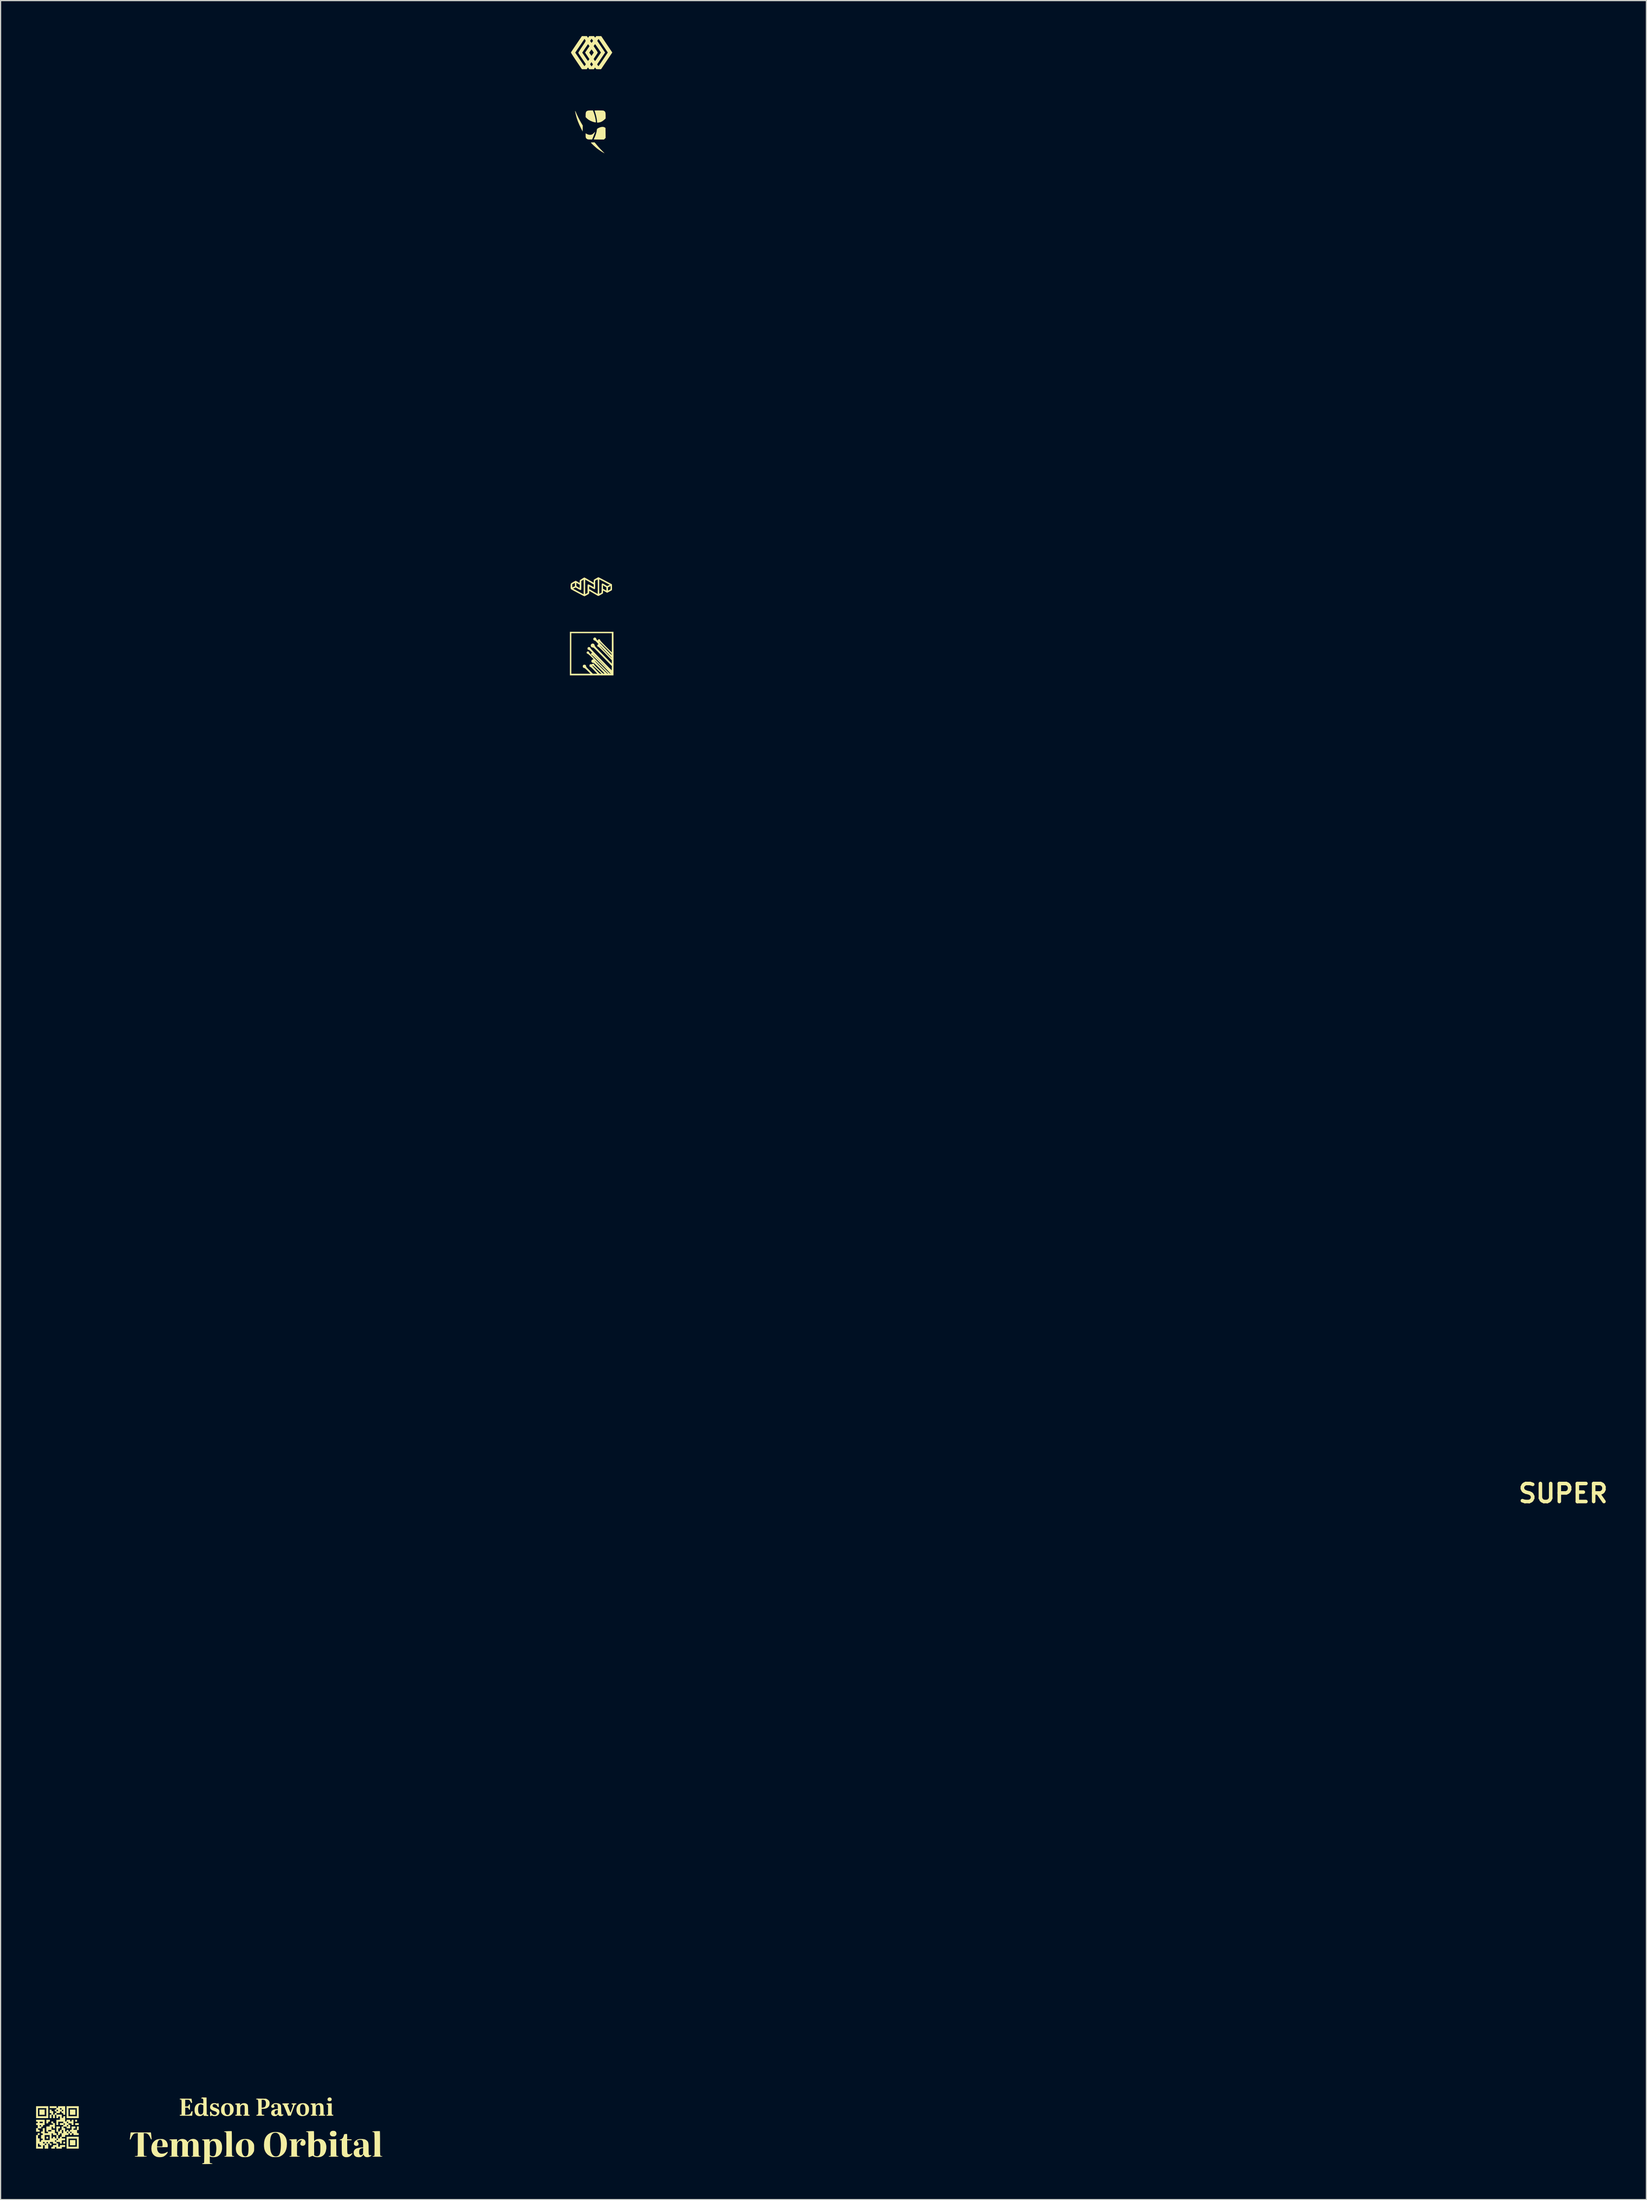
<source format=kicad_pcb>
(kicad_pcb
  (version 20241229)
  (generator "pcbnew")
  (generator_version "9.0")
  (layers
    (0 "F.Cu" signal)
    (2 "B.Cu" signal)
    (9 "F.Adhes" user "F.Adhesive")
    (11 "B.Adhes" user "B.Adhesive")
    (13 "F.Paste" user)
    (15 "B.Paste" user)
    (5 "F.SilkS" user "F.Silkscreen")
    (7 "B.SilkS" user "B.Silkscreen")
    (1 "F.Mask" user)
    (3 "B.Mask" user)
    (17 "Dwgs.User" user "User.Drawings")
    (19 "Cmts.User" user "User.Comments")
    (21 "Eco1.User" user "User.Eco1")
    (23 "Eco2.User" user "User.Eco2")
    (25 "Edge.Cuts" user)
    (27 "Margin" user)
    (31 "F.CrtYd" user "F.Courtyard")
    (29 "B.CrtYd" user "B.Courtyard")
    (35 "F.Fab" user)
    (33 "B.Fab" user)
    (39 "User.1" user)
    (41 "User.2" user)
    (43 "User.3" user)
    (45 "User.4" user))
  (footprint "SUPER"
    (layer "F.Cu")
    (at 129.033 123.095)
    (property "Reference" "SUPER" (at 0 0 0) (layer "F.SilkS") (effects (font (size 1.524 1.524) (thickness 0.3))))
    (attr board_only exclude_from_pos_files exclude_from_bom)
    (fp_poly (pts (xy -128.308 52.491) (xy -128.751 52.491) (xy -128.751 52.048) (xy -128.308 52.048)) (stroke (width 0) (type solid)) (fill yes) (layer "F.SilkS"))
    (fp_poly (pts (xy -128.006 54.503) (xy -128.167 54.503) (xy -128.167 54.342) (xy -128.006 54.342)) (stroke (width 0) (type solid)) (fill yes) (layer "F.SilkS"))
    (fp_poly (pts (xy -126.577 54.926) (xy -126.738 54.926) (xy -126.738 54.765) (xy -126.577 54.765)) (stroke (width 0) (type solid)) (fill yes) (layer "F.SilkS"))
    (fp_poly (pts (xy -125.712 52.491) (xy -126.175 52.491) (xy -126.175 52.048) (xy -125.712 52.048)) (stroke (width 0) (type solid)) (fill yes) (layer "F.SilkS"))
    (fp_poly (pts (xy -125.712 55.067) (xy -126.175 55.067) (xy -126.175 54.624) (xy -125.712 54.624)) (stroke (width 0) (type solid)) (fill yes) (layer "F.SilkS"))
    (fp_poly (pts (xy -125.571 53.074) (xy -125.732 53.074) (xy -125.732 52.913) (xy -125.571 52.913)) (stroke (width 0) (type solid)) (fill yes) (layer "F.SilkS"))
    (fp_poly (pts (xy -125.43 53.356) (xy -125.732 53.356) (xy -125.732 53.195) (xy -125.43 53.195)) (stroke (width 0) (type solid)) (fill yes) (layer "F.SilkS"))
    (fp_poly (pts (xy -128.006 52.772) (xy -129.033 52.772) (xy -129.033 52.611) (xy -128.872 52.611) (xy -128.167 52.611) (xy -128.167 51.927) (xy -128.872 51.927) (xy -128.872 52.611) (xy -129.033 52.611) (xy -129.033 51.766) (xy -128.006 51.766)) (stroke (width 0) (type solid)) (fill yes) (layer "F.SilkS"))
    (fp_poly (pts (xy -125.43 52.772) (xy -126.457 52.772) (xy -126.457 52.611) (xy -126.296 52.611) (xy -125.591 52.611) (xy -125.591 51.927) (xy -126.296 51.927) (xy -126.296 52.611) (xy -126.457 52.611) (xy -126.457 51.766) (xy -125.43 51.766)) (stroke (width 0) (type solid)) (fill yes) (layer "F.SilkS"))
    (fp_poly (pts (xy -125.43 55.349) (xy -126.457 55.349) (xy -126.457 55.188) (xy -126.296 55.188) (xy -125.591 55.188) (xy -125.591 54.503) (xy -126.296 54.503) (xy -126.296 55.188) (xy -126.457 55.188) (xy -126.457 54.342) (xy -125.43 54.342)) (stroke (width 0) (type solid)) (fill yes) (layer "F.SilkS"))
    (fp_poly (pts (xy -127.865 52.994) (xy -127.868 53.045) (xy -127.881 53.068) (xy -127.915 53.074) (xy -127.936 53.074) (xy -127.983 53.077) (xy -128.002 53.095) (xy -128.006 53.139) (xy -128.006 53.145) (xy -128.009 53.19) (xy -128.024 53.21) (xy -128.063 53.215) (xy -128.087 53.215) (xy -128.167 53.215) (xy -128.167 52.913) (xy -127.865 52.913)) (stroke (width 0) (type solid)) (fill yes) (layer "F.SilkS"))
    (fp_poly (pts (xy -104.164 51.031) (xy -104.102 51.068) (xy -104.064 51.127) (xy -104.055 51.18) (xy -104.072 51.26) (xy -104.119 51.314) (xy -104.194 51.341) (xy -104.228 51.343) (xy -104.292 51.336) (xy -104.344 51.318) (xy -104.351 51.314) (xy -104.394 51.261) (xy -104.41 51.195) (xy -104.398 51.126) (xy -104.361 51.069) (xy -104.325 51.044) (xy -104.241 51.022)) (stroke (width 0) (type solid)) (fill yes) (layer "F.SilkS"))
    (fp_poly (pts (xy -83.463 -116.758) (xy -83.436 -116.7) (xy -83.417 -116.655) (xy -83.365 -116.53) (xy -83.296 -116.382) (xy -83.217 -116.219) (xy -83.132 -116.053) (xy -83.046 -115.894) (xy -82.965 -115.751) (xy -82.962 -115.746) (xy -82.841 -115.542) (xy -82.846 -115.288) (xy -82.852 -115.035) (xy -82.988 -115.301) (xy -83.137 -115.611) (xy -83.258 -115.904) (xy -83.356 -116.189) (xy -83.433 -116.475) (xy -83.437 -116.494) (xy -83.464 -116.619) (xy -83.48 -116.709) (xy -83.485 -116.762) (xy -83.48 -116.779)) (stroke (width 0) (type solid)) (fill yes) (layer "F.SilkS"))
    (fp_poly (pts (xy -103.846 53.847) (xy -103.754 53.878) (xy -103.691 53.938) (xy -103.658 54.023) (xy -103.653 54.085) (xy -103.657 54.152) (xy -103.675 54.199) (xy -103.715 54.247) (xy -103.721 54.254) (xy -103.763 54.292) (xy -103.8 54.312) (xy -103.848 54.321) (xy -103.918 54.322) (xy -104.018 54.316) (xy -104.084 54.295) (xy -104.096 54.288) (xy -104.169 54.217) (xy -104.206 54.134) (xy -104.205 54.042) (xy -104.19 53.996) (xy -104.144 53.918) (xy -104.083 53.871) (xy -103.995 53.847) (xy -103.965 53.843)) (stroke (width 0) (type solid)) (fill yes) (layer "F.SilkS"))
    (fp_poly (pts (xy -81.916 -116.65) (xy -81.867 -116.508) (xy -81.822 -116.349) (xy -81.783 -116.189) (xy -81.754 -116.04) (xy -81.742 -115.945) (xy -81.729 -115.81) (xy -81.787 -115.81) (xy -81.836 -115.817) (xy -81.906 -115.834) (xy -81.985 -115.857) (xy -81.986 -115.857) (xy -82.194 -115.939) (xy -82.366 -116.038) (xy -82.493 -116.142) (xy -82.6 -116.25) (xy -82.6 -116.433) (xy -82.595 -116.564) (xy -82.575 -116.662) (xy -82.536 -116.732) (xy -82.474 -116.778) (xy -82.384 -116.804) (xy -82.261 -116.815) (xy -82.195 -116.816) (xy -81.98 -116.816)) (stroke (width 0) (type solid)) (fill yes) (layer "F.SilkS"))
    (fp_poly (pts (xy -81.795 -115.008) (xy -81.802 -114.986) (xy -81.822 -114.933) (xy -81.852 -114.855) (xy -81.889 -114.759) (xy -81.921 -114.678) (xy -82.047 -114.361) (xy -82.228 -114.361) (xy -82.326 -114.363) (xy -82.394 -114.37) (xy -82.443 -114.384) (xy -82.472 -114.399) (xy -82.53 -114.44) (xy -82.567 -114.485) (xy -82.589 -114.543) (xy -82.599 -114.625) (xy -82.6 -114.708) (xy -82.6 -114.885) (xy -82.515 -114.835) (xy -82.379 -114.775) (xy -82.243 -114.753) (xy -82.128 -114.765) (xy -82.065 -114.786) (xy -82.008 -114.819) (xy -81.945 -114.872) (xy -81.911 -114.905) (xy -81.858 -114.957) (xy -81.818 -114.993) (xy -81.797 -115.009)) (stroke (width 0) (type solid)) (fill yes) (layer "F.SilkS"))
    (fp_poly (pts (xy -81.112 -115.425) (xy -81.017 -115.398) (xy -80.99 -115.383) (xy -80.92 -115.335) (xy -80.909 -114.498) (xy -81.047 -114.36) (xy -81.481 -114.36) (xy -81.609 -114.361) (xy -81.721 -114.362) (xy -81.813 -114.364) (xy -81.879 -114.367) (xy -81.913 -114.37) (xy -81.916 -114.371) (xy -81.908 -114.393) (xy -81.886 -114.441) (xy -81.855 -114.503) (xy -81.854 -114.504) (xy -81.805 -114.612) (xy -81.757 -114.739) (xy -81.715 -114.87) (xy -81.682 -114.993) (xy -81.662 -115.095) (xy -81.662 -115.102) (xy -81.652 -115.171) (xy -81.639 -115.227) (xy -81.631 -115.25) (xy -81.606 -115.275) (xy -81.554 -115.309) (xy -81.487 -115.346) (xy -81.479 -115.35) (xy -81.351 -115.4) (xy -81.226 -115.425)) (stroke (width 0) (type solid)) (fill yes) (layer "F.SilkS"))
    (fp_poly (pts (xy -81.632 -113.872) (xy -81.538 -113.763) (xy -81.43 -113.642) (xy -81.319 -113.523) (xy -81.219 -113.42) (xy -81.209 -113.409) (xy -81.135 -113.335) (xy -81.073 -113.272) (xy -81.029 -113.224) (xy -81.007 -113.197) (xy -81.006 -113.193) (xy -81.028 -113.203) (xy -81.076 -113.231) (xy -81.144 -113.272) (xy -81.224 -113.321) (xy -81.325 -113.386) (xy -81.434 -113.459) (xy -81.535 -113.529) (xy -81.586 -113.567) (xy -81.649 -113.616) (xy -81.724 -113.68) (xy -81.807 -113.753) (xy -81.892 -113.831) (xy -81.974 -113.907) (xy -82.047 -113.978) (xy -82.105 -114.037) (xy -82.144 -114.08) (xy -82.158 -114.102) (xy -82.139 -114.11) (xy -82.09 -114.116) (xy -82.019 -114.119) (xy -81.998 -114.119) (xy -81.838 -114.119)) (stroke (width 0) (type solid)) (fill yes) (layer "F.SilkS"))
    (fp_poly (pts (xy -81.345 -116.815) (xy -81.244 -116.814) (xy -81.171 -116.811) (xy -81.119 -116.805) (xy -81.082 -116.797) (xy -81.053 -116.786) (xy -81.036 -116.776) (xy -80.987 -116.74) (xy -80.952 -116.697) (xy -80.929 -116.639) (xy -80.916 -116.56) (xy -80.91 -116.452) (xy -80.91 -116.376) (xy -80.91 -116.136) (xy -81.03 -116.025) (xy -81.177 -115.91) (xy -81.329 -115.834) (xy -81.485 -115.796) (xy -81.505 -115.794) (xy -81.628 -115.784) (xy -81.641 -115.936) (xy -81.664 -116.117) (xy -81.704 -116.315) (xy -81.756 -116.516) (xy -81.816 -116.704) (xy -81.846 -116.781) (xy -81.848 -116.793) (xy -81.841 -116.802) (xy -81.819 -116.808) (xy -81.777 -116.812) (xy -81.71 -116.815) (xy -81.612 -116.816) (xy -81.48 -116.816)) (stroke (width 0) (type solid)) (fill yes) (layer "F.SilkS"))
    (fp_poly (pts (xy -104.055 51.995) (xy -104.055 52.149) (xy -104.054 52.267) (xy -104.052 52.354) (xy -104.046 52.415) (xy -104.037 52.455) (xy -104.023 52.477) (xy -104.004 52.488) (xy -103.978 52.491) (xy -103.953 52.491) (xy -103.921 52.506) (xy -103.915 52.531) (xy -103.917 52.547) (xy -103.927 52.558) (xy -103.951 52.565) (xy -103.996 52.569) (xy -104.067 52.571) (xy -104.17 52.571) (xy -104.206 52.571) (xy -104.32 52.571) (xy -104.4 52.569) (xy -104.452 52.566) (xy -104.481 52.56) (xy -104.495 52.55) (xy -104.498 52.536) (xy -104.498 52.532) (xy -104.487 52.503) (xy -104.447 52.489) (xy -104.433 52.487) (xy -104.367 52.481) (xy -104.362 52.069) (xy -104.36 51.925) (xy -104.36 51.816) (xy -104.363 51.737) (xy -104.369 51.684) (xy -104.381 51.651) (xy -104.398 51.634) (xy -104.421 51.627) (xy -104.453 51.626) (xy -104.453 51.626) (xy -104.49 51.613) (xy -104.498 51.587) (xy -104.491 51.561) (xy -104.465 51.543) (xy -104.415 51.532) (xy -104.336 51.526) (xy -104.232 51.525) (xy -104.055 51.525)) (stroke (width 0) (type solid)) (fill yes) (layer "F.SilkS"))
    (fp_poly (pts (xy -103.671 55.203) (xy -103.67 55.364) (xy -103.669 55.514) (xy -103.666 55.648) (xy -103.664 55.76) (xy -103.661 55.845) (xy -103.657 55.898) (xy -103.655 55.912) (xy -103.636 55.948) (xy -103.597 55.967) (xy -103.563 55.973) (xy -103.511 55.985) (xy -103.48 56.003) (xy -103.477 56.008) (xy -103.482 56.017) (xy -103.509 56.023) (xy -103.56 56.028) (xy -103.639 56.031) (xy -103.751 56.032) (xy -103.894 56.033) (xy -104.042 56.032) (xy -104.152 56.031) (xy -104.231 56.028) (xy -104.281 56.023) (xy -104.307 56.016) (xy -104.312 56.008) (xy -104.289 55.989) (xy -104.241 55.975) (xy -104.225 55.973) (xy -104.146 55.963) (xy -104.141 55.331) (xy -104.14 55.128) (xy -104.14 54.963) (xy -104.142 54.837) (xy -104.146 54.747) (xy -104.152 54.692) (xy -104.157 54.673) (xy -104.191 54.654) (xy -104.244 54.641) (xy -104.252 54.64) (xy -104.307 54.629) (xy -104.331 54.61) (xy -104.319 54.59) (xy -104.273 54.576) (xy -104.228 54.571) (xy -104.153 54.566) (xy -104.057 54.561) (xy -103.952 54.556) (xy -103.94 54.555) (xy -103.673 54.545)) (stroke (width 0) (type solid)) (fill yes) (layer "F.SilkS"))
    (fp_poly (pts (xy -106.286 51.529) (xy -106.192 51.575) (xy -106.108 51.644) (xy -106.038 51.728) (xy -105.994 51.819) (xy -105.972 51.927) (xy -105.968 52.03) (xy -105.983 52.194) (xy -106.029 52.332) (xy -106.103 52.444) (xy -106.205 52.527) (xy -106.332 52.58) (xy -106.465 52.602) (xy -106.546 52.604) (xy -106.619 52.6) (xy -106.663 52.594) (xy -106.796 52.541) (xy -106.9 52.46) (xy -106.976 52.352) (xy -107.021 52.219) (xy -107.034 52.079) (xy -107.026 51.992) (xy -106.73 51.992) (xy -106.728 52.078) (xy -106.72 52.188) (xy -106.709 52.269) (xy -106.69 52.331) (xy -106.675 52.364) (xy -106.616 52.447) (xy -106.546 52.495) (xy -106.467 52.506) (xy -106.405 52.489) (xy -106.351 52.451) (xy -106.313 52.392) (xy -106.288 52.304) (xy -106.275 52.184) (xy -106.273 52.147) (xy -106.274 51.969) (xy -106.294 51.826) (xy -106.331 51.718) (xy -106.387 51.646) (xy -106.461 51.61) (xy -106.506 51.605) (xy -106.588 51.62) (xy -106.651 51.664) (xy -106.695 51.74) (xy -106.721 51.848) (xy -106.73 51.992) (xy -107.026 51.992) (xy -107.019 51.915) (xy -106.974 51.777) (xy -106.901 51.666) (xy -106.8 51.583) (xy -106.671 51.53) (xy -106.536 51.509) (xy -106.398 51.508)) (stroke (width 0) (type solid)) (fill yes) (layer "F.SilkS"))
    (fp_poly (pts (xy -112.712 51.518) (xy -112.588 51.558) (xy -112.489 51.628) (xy -112.412 51.728) (xy -112.394 51.762) (xy -112.365 51.828) (xy -112.349 51.888) (xy -112.342 51.959) (xy -112.341 52.04) (xy -112.344 52.134) (xy -112.354 52.205) (xy -112.374 52.268) (xy -112.396 52.318) (xy -112.475 52.436) (xy -112.578 52.525) (xy -112.701 52.584) (xy -112.839 52.609) (xy -112.985 52.6) (xy -113.088 52.573) (xy -113.212 52.512) (xy -113.308 52.42) (xy -113.36 52.34) (xy -113.383 52.289) (xy -113.396 52.231) (xy -113.402 52.154) (xy -113.404 52.078) (xy -113.402 51.984) (xy -113.401 51.968) (xy -113.109 51.968) (xy -113.106 52.105) (xy -113.086 52.252) (xy -113.049 52.366) (xy -112.997 52.445) (xy -112.944 52.482) (xy -112.882 52.505) (xy -112.835 52.506) (xy -112.784 52.487) (xy -112.772 52.481) (xy -112.716 52.434) (xy -112.677 52.357) (xy -112.654 52.248) (xy -112.645 52.104) (xy -112.645 52.088) (xy -112.647 51.992) (xy -112.654 51.901) (xy -112.664 51.828) (xy -112.669 51.808) (xy -112.71 51.713) (xy -112.768 51.647) (xy -112.839 51.611) (xy -112.916 51.609) (xy -112.993 51.644) (xy -113.009 51.656) (xy -113.062 51.726) (xy -113.096 51.831) (xy -113.109 51.968) (xy -113.401 51.968) (xy -113.396 51.916) (xy -113.382 51.859) (xy -113.356 51.8) (xy -113.347 51.781) (xy -113.271 51.664) (xy -113.171 51.58) (xy -113.046 51.527) (xy -112.897 51.505) (xy -112.863 51.504)) (stroke (width 0) (type solid)) (fill yes) (layer "F.SilkS"))
    (fp_poly (pts (xy -128.308 53.356) (xy -128.379 53.356) (xy -128.426 53.359) (xy -128.445 53.377) (xy -128.449 53.421) (xy -128.449 53.427) (xy -128.452 53.474) (xy -128.47 53.493) (xy -128.514 53.497) (xy -128.52 53.497) (xy -128.567 53.5) (xy -128.586 53.518) (xy -128.59 53.562) (xy -128.59 53.567) (xy -128.59 53.638) (xy -128.872 53.638) (xy -128.872 53.698) (xy -128.868 53.739) (xy -128.848 53.755) (xy -128.801 53.759) (xy -128.756 53.761) (xy -128.736 53.776) (xy -128.731 53.815) (xy -128.731 53.839) (xy -128.731 53.92) (xy -129.033 53.92) (xy -129.033 53.618) (xy -128.892 53.618) (xy -128.892 53.416) (xy -128.731 53.416) (xy -128.726 53.459) (xy -128.702 53.475) (xy -128.671 53.477) (xy -128.628 53.472) (xy -128.612 53.448) (xy -128.61 53.416) (xy -128.615 53.374) (xy -128.639 53.358) (xy -128.671 53.356) (xy -128.713 53.361) (xy -128.729 53.385) (xy -128.731 53.416) (xy -128.892 53.416) (xy -128.892 53.356) (xy -128.962 53.356) (xy -129.007 53.354) (xy -129.028 53.339) (xy -129.033 53.299) (xy -129.033 53.276) (xy -129.031 53.224) (xy -129.018 53.201) (xy -128.983 53.195) (xy -128.962 53.195) (xy -128.731 53.195) (xy -128.469 53.195) (xy -128.469 53.074) (xy -128.731 53.074) (xy -128.731 53.195) (xy -128.962 53.195) (xy -128.915 53.192) (xy -128.896 53.175) (xy -128.892 53.135) (xy -128.896 53.094) (xy -128.916 53.078) (xy -128.962 53.074) (xy -129.007 53.072) (xy -129.028 53.057) (xy -129.033 53.018) (xy -129.033 52.994) (xy -129.033 52.913) (xy -128.308 52.913)) (stroke (width 0) (type solid)) (fill yes) (layer "F.SilkS"))
    (fp_poly (pts (xy -102.783 54.108) (xy -102.766 54.112) (xy -102.758 54.135) (xy -102.752 54.191) (xy -102.748 54.269) (xy -102.747 54.344) (xy -102.747 54.564) (xy -102.556 54.564) (xy -102.467 54.564) (xy -102.411 54.567) (xy -102.38 54.574) (xy -102.367 54.586) (xy -102.365 54.604) (xy -102.368 54.623) (xy -102.381 54.634) (xy -102.413 54.641) (xy -102.471 54.644) (xy -102.556 54.644) (xy -102.747 54.644) (xy -102.747 55.154) (xy -102.747 55.332) (xy -102.744 55.473) (xy -102.74 55.583) (xy -102.733 55.666) (xy -102.722 55.725) (xy -102.708 55.767) (xy -102.69 55.794) (xy -102.667 55.812) (xy -102.666 55.812) (xy -102.591 55.831) (xy -102.505 55.821) (xy -102.422 55.785) (xy -102.417 55.781) (xy -102.352 55.743) (xy -102.314 55.733) (xy -102.302 55.749) (xy -102.319 55.789) (xy -102.363 55.85) (xy -102.4 55.893) (xy -102.492 55.981) (xy -102.584 56.037) (xy -102.69 56.066) (xy -102.799 56.073) (xy -102.894 56.069) (xy -102.965 56.055) (xy -103.029 56.027) (xy -103.116 55.961) (xy -103.158 55.901) (xy -103.17 55.876) (xy -103.18 55.848) (xy -103.187 55.813) (xy -103.193 55.766) (xy -103.197 55.701) (xy -103.2 55.614) (xy -103.203 55.501) (xy -103.205 55.355) (xy -103.206 55.233) (xy -103.212 54.644) (xy -103.302 54.644) (xy -103.365 54.638) (xy -103.391 54.621) (xy -103.38 54.599) (xy -103.332 54.575) (xy -103.298 54.565) (xy -103.212 54.531) (xy -103.143 54.475) (xy -103.089 54.392) (xy -103.046 54.277) (xy -103.021 54.179) (xy -103.01 54.148) (xy -102.987 54.13) (xy -102.94 54.119) (xy -102.897 54.113) (xy -102.832 54.108)) (stroke (width 0) (type solid)) (fill yes) (layer "F.SilkS"))
    (fp_poly (pts (xy -112.515 53.87) (xy -112.505 53.871) (xy -112.502 53.893) (xy -112.499 53.951) (xy -112.496 54.041) (xy -112.494 54.161) (xy -112.492 54.305) (xy -112.49 54.47) (xy -112.489 54.653) (xy -112.489 54.849) (xy -112.489 54.903) (xy -112.489 55.138) (xy -112.488 55.335) (xy -112.487 55.499) (xy -112.486 55.632) (xy -112.483 55.737) (xy -112.479 55.818) (xy -112.474 55.878) (xy -112.466 55.92) (xy -112.456 55.947) (xy -112.444 55.963) (xy -112.429 55.97) (xy -112.411 55.972) (xy -112.396 55.973) (xy -112.344 55.978) (xy -112.319 55.985) (xy -112.29 56) (xy -112.291 56.011) (xy -112.323 56.02) (xy -112.389 56.027) (xy -112.49 56.031) (xy -112.629 56.033) (xy -112.712 56.033) (xy -112.858 56.032) (xy -112.969 56.031) (xy -113.047 56.028) (xy -113.097 56.023) (xy -113.123 56.016) (xy -113.128 56.008) (xy -113.104 55.989) (xy -113.057 55.977) (xy -113.051 55.976) (xy -113 55.965) (xy -112.968 55.948) (xy -112.967 55.946) (xy -112.963 55.92) (xy -112.96 55.858) (xy -112.957 55.766) (xy -112.955 55.648) (xy -112.953 55.51) (xy -112.952 55.356) (xy -112.952 55.19) (xy -112.952 55.019) (xy -112.952 54.846) (xy -112.953 54.676) (xy -112.955 54.516) (xy -112.957 54.368) (xy -112.96 54.239) (xy -112.963 54.132) (xy -112.966 54.054) (xy -112.97 54.008) (xy -112.972 53.999) (xy -113.009 53.967) (xy -113.073 53.947) (xy -113.123 53.934) (xy -113.151 53.916) (xy -113.153 53.91) (xy -113.14 53.9) (xy -113.098 53.891) (xy -113.024 53.883) (xy -112.916 53.877) (xy -112.837 53.873) (xy -112.728 53.87) (xy -112.633 53.868) (xy -112.56 53.868)) (stroke (width 0) (type solid)) (fill yes) (layer "F.SilkS"))
    (fp_poly (pts (xy -99.996 53.87) (xy -99.987 53.871) (xy -99.983 53.893) (xy -99.98 53.951) (xy -99.977 54.041) (xy -99.975 54.161) (xy -99.973 54.305) (xy -99.971 54.47) (xy -99.97 54.653) (xy -99.97 54.849) (xy -99.97 54.903) (xy -99.97 55.138) (xy -99.969 55.335) (xy -99.969 55.499) (xy -99.967 55.632) (xy -99.964 55.737) (xy -99.96 55.818) (xy -99.955 55.878) (xy -99.947 55.92) (xy -99.937 55.947) (xy -99.925 55.963) (xy -99.91 55.97) (xy -99.892 55.972) (xy -99.877 55.973) (xy -99.825 55.978) (xy -99.8 55.985) (xy -99.771 56) (xy -99.772 56.011) (xy -99.805 56.02) (xy -99.87 56.027) (xy -99.972 56.031) (xy -100.11 56.033) (xy -100.193 56.033) (xy -100.34 56.032) (xy -100.45 56.031) (xy -100.528 56.028) (xy -100.578 56.023) (xy -100.604 56.016) (xy -100.609 56.008) (xy -100.585 55.989) (xy -100.538 55.977) (xy -100.532 55.976) (xy -100.481 55.965) (xy -100.45 55.948) (xy -100.448 55.946) (xy -100.444 55.92) (xy -100.441 55.858) (xy -100.438 55.766) (xy -100.436 55.648) (xy -100.434 55.51) (xy -100.433 55.356) (xy -100.433 55.19) (xy -100.433 55.019) (xy -100.433 54.846) (xy -100.434 54.676) (xy -100.436 54.516) (xy -100.438 54.368) (xy -100.441 54.239) (xy -100.444 54.132) (xy -100.447 54.054) (xy -100.451 54.008) (xy -100.453 53.999) (xy -100.49 53.967) (xy -100.554 53.947) (xy -100.604 53.934) (xy -100.632 53.916) (xy -100.634 53.91) (xy -100.621 53.9) (xy -100.579 53.891) (xy -100.505 53.883) (xy -100.397 53.877) (xy -100.319 53.873) (xy -100.21 53.87) (xy -100.115 53.868) (xy -100.041 53.868)) (stroke (width 0) (type solid)) (fill yes) (layer "F.SilkS"))
    (fp_poly (pts (xy -118.419 54.535) (xy -118.351 54.539) (xy -118.298 54.549) (xy -118.247 54.568) (xy -118.193 54.594) (xy -118.099 54.653) (xy -118.029 54.724) (xy -118.01 54.751) (xy -117.955 54.856) (xy -117.92 54.975) (xy -117.908 55.091) (xy -117.913 55.148) (xy -117.926 55.228) (xy -118.808 55.228) (xy -118.808 55.315) (xy -118.796 55.435) (xy -118.76 55.547) (xy -118.707 55.638) (xy -118.683 55.664) (xy -118.614 55.722) (xy -118.549 55.756) (xy -118.473 55.772) (xy -118.383 55.775) (xy -118.228 55.756) (xy -118.085 55.701) (xy -118.001 55.649) (xy -117.948 55.621) (xy -117.918 55.626) (xy -117.913 55.66) (xy -117.934 55.712) (xy -117.996 55.803) (xy -118.083 55.893) (xy -118.182 55.971) (xy -118.281 56.026) (xy -118.292 56.03) (xy -118.41 56.06) (xy -118.549 56.073) (xy -118.692 56.069) (xy -118.823 56.048) (xy -118.865 56.035) (xy -119 55.97) (xy -119.11 55.874) (xy -119.185 55.773) (xy -119.242 55.656) (xy -119.276 55.529) (xy -119.29 55.379) (xy -119.291 55.323) (xy -119.278 55.168) (xy -118.808 55.168) (xy -118.369 55.168) (xy -118.355 55.105) (xy -118.347 55.026) (xy -118.351 54.93) (xy -118.364 54.832) (xy -118.385 54.744) (xy -118.412 54.682) (xy -118.413 54.68) (xy -118.47 54.625) (xy -118.539 54.604) (xy -118.611 54.615) (xy -118.677 54.657) (xy -118.728 54.725) (xy -118.756 54.799) (xy -118.782 54.896) (xy -118.8 54.999) (xy -118.808 55.092) (xy -118.808 55.101) (xy -118.808 55.168) (xy -119.278 55.168) (xy -119.275 55.134) (xy -119.227 54.968) (xy -119.147 54.825) (xy -119.038 54.707) (xy -118.934 54.629) (xy -118.822 54.577) (xy -118.693 54.546) (xy -118.538 54.535) (xy -118.515 54.535)) (stroke (width 0) (type solid)) (fill yes) (layer "F.SilkS"))
    (fp_poly (pts (xy -107.142 51.525) (xy -107.084 51.528) (xy -107.052 51.534) (xy -107.038 51.545) (xy -107.034 51.563) (xy -107.034 51.565) (xy -107.048 51.599) (xy -107.094 51.618) (xy -107.095 51.618) (xy -107.143 51.634) (xy -107.171 51.653) (xy -107.181 51.677) (xy -107.204 51.734) (xy -107.236 51.817) (xy -107.276 51.922) (xy -107.321 52.042) (xy -107.349 52.118) (xy -107.512 52.561) (xy -107.751 52.573) (xy -107.931 52.116) (xy -107.982 51.988) (xy -108.03 51.873) (xy -108.073 51.776) (xy -108.107 51.702) (xy -108.132 51.656) (xy -108.141 51.644) (xy -108.188 51.623) (xy -108.205 51.618) (xy -108.23 51.594) (xy -108.228 51.566) (xy -108.221 51.55) (xy -108.208 51.538) (xy -108.181 51.531) (xy -108.133 51.527) (xy -108.059 51.525) (xy -107.953 51.525) (xy -107.936 51.525) (xy -107.825 51.525) (xy -107.748 51.526) (xy -107.699 51.529) (xy -107.673 51.535) (xy -107.662 51.546) (xy -107.661 51.561) (xy -107.662 51.57) (xy -107.682 51.608) (xy -107.729 51.626) (xy -107.773 51.643) (xy -107.784 51.667) (xy -107.772 51.711) (xy -107.75 51.779) (xy -107.72 51.862) (xy -107.685 51.955) (xy -107.649 52.049) (xy -107.613 52.138) (xy -107.581 52.215) (xy -107.555 52.272) (xy -107.539 52.302) (xy -107.534 52.305) (xy -107.517 52.268) (xy -107.492 52.203) (xy -107.462 52.12) (xy -107.43 52.025) (xy -107.398 51.926) (xy -107.368 51.833) (xy -107.344 51.751) (xy -107.328 51.69) (xy -107.323 51.658) (xy -107.323 51.655) (xy -107.351 51.629) (xy -107.371 51.625) (xy -107.423 51.613) (xy -107.448 51.584) (xy -107.445 51.558) (xy -107.433 51.542) (xy -107.407 51.532) (xy -107.359 51.527) (xy -107.282 51.525) (xy -107.233 51.525)) (stroke (width 0) (type solid)) (fill yes) (layer "F.SilkS"))
    (fp_poly (pts (xy -106.534 54.53) (xy -106.442 54.554) (xy -106.363 54.601) (xy -106.304 54.67) (xy -106.269 54.762) (xy -106.262 54.818) (xy -106.273 54.933) (xy -106.31 55.02) (xy -106.374 55.078) (xy -106.464 55.105) (xy -106.501 55.107) (xy -106.599 55.094) (xy -106.666 55.055) (xy -106.702 54.994) (xy -106.705 54.914) (xy -106.675 54.818) (xy -106.643 54.759) (xy -106.574 54.644) (xy -106.638 54.645) (xy -106.727 54.663) (xy -106.815 54.715) (xy -106.894 54.792) (xy -106.923 54.834) (xy -106.984 54.933) (xy -106.991 55.411) (xy -106.992 55.595) (xy -106.991 55.739) (xy -106.987 55.844) (xy -106.981 55.908) (xy -106.975 55.93) (xy -106.95 55.956) (xy -106.905 55.971) (xy -106.849 55.977) (xy -106.785 55.985) (xy -106.745 55.999) (xy -106.737 56.008) (xy -106.743 56.016) (xy -106.769 56.023) (xy -106.819 56.027) (xy -106.897 56.03) (xy -107.007 56.032) (xy -107.152 56.033) (xy -107.185 56.033) (xy -107.338 56.032) (xy -107.455 56.031) (xy -107.538 56.028) (xy -107.594 56.024) (xy -107.624 56.018) (xy -107.633 56.01) (xy -107.633 56.008) (xy -107.61 55.989) (xy -107.561 55.975) (xy -107.546 55.973) (xy -107.467 55.963) (xy -107.462 55.331) (xy -107.461 55.128) (xy -107.461 54.963) (xy -107.463 54.837) (xy -107.467 54.747) (xy -107.472 54.692) (xy -107.478 54.673) (xy -107.512 54.654) (xy -107.565 54.641) (xy -107.573 54.64) (xy -107.628 54.629) (xy -107.652 54.61) (xy -107.64 54.59) (xy -107.594 54.576) (xy -107.548 54.571) (xy -107.473 54.566) (xy -107.378 54.56) (xy -107.274 54.555) (xy -107.271 54.555) (xy -107.014 54.544) (xy -107.014 54.856) (xy -106.972 54.77) (xy -106.907 54.673) (xy -106.824 54.601) (xy -106.731 54.553) (xy -106.632 54.53)) (stroke (width 0) (type solid)) (fill yes) (layer "F.SilkS"))
    (fp_poly (pts (xy -114.839 51.025) (xy -114.826 51.026) (xy -114.632 51.031) (xy -114.612 52.481) (xy -114.547 52.487) (xy -114.501 52.497) (xy -114.483 52.52) (xy -114.481 52.543) (xy -114.481 52.593) (xy -114.677 52.587) (xy -114.874 52.581) (xy -114.884 52.513) (xy -114.894 52.446) (xy -114.934 52.491) (xy -115.017 52.557) (xy -115.123 52.596) (xy -115.239 52.607) (xy -115.356 52.588) (xy -115.374 52.582) (xy -115.479 52.526) (xy -115.559 52.442) (xy -115.612 52.328) (xy -115.641 52.184) (xy -115.644 52.137) (xy -115.64 51.992) (xy -115.345 51.992) (xy -115.343 52.094) (xy -115.331 52.228) (xy -115.305 52.328) (xy -115.265 52.398) (xy -115.208 52.444) (xy -115.205 52.445) (xy -115.155 52.465) (xy -115.11 52.467) (xy -115.054 52.449) (xy -115.033 52.441) (xy -114.988 52.417) (xy -114.955 52.383) (xy -114.931 52.333) (xy -114.916 52.263) (xy -114.907 52.166) (xy -114.904 52.037) (xy -114.904 51.977) (xy -114.904 51.683) (xy -114.996 51.642) (xy -115.098 51.612) (xy -115.183 51.618) (xy -115.25 51.659) (xy -115.3 51.736) (xy -115.332 51.847) (xy -115.345 51.992) (xy -115.64 51.992) (xy -115.639 51.969) (xy -115.605 51.822) (xy -115.543 51.699) (xy -115.456 51.603) (xy -115.344 51.537) (xy -115.335 51.533) (xy -115.261 51.516) (xy -115.166 51.508) (xy -115.066 51.511) (xy -114.979 51.523) (xy -114.939 51.535) (xy -114.923 51.538) (xy -114.912 51.527) (xy -114.907 51.495) (xy -114.904 51.436) (xy -114.904 51.36) (xy -114.906 51.258) (xy -114.914 51.19) (xy -114.931 51.149) (xy -114.96 51.129) (xy -115.005 51.122) (xy -115.019 51.122) (xy -115.069 51.116) (xy -115.083 51.095) (xy -115.059 51.059) (xy -115.053 51.052) (xy -115.029 51.037) (xy -114.991 51.028) (xy -114.931 51.024)) (stroke (width 0) (type solid)) (fill yes) (layer "F.SilkS"))
    (fp_poly (pts (xy -113.628 51.524) (xy -113.608 51.582) (xy -113.598 51.678) (xy -113.596 51.751) (xy -113.598 51.809) (xy -113.608 51.838) (xy -113.629 51.846) (xy -113.637 51.847) (xy -113.678 51.827) (xy -113.706 51.781) (xy -113.739 51.723) (xy -113.786 51.666) (xy -113.795 51.657) (xy -113.86 51.615) (xy -113.932 51.597) (xy -114.004 51.601) (xy -114.065 51.626) (xy -114.106 51.67) (xy -114.119 51.72) (xy -114.111 51.778) (xy -114.082 51.821) (xy -114.025 51.857) (xy -113.943 51.888) (xy -113.81 51.937) (xy -113.703 51.986) (xy -113.626 52.034) (xy -113.587 52.073) (xy -113.549 52.167) (xy -113.543 52.272) (xy -113.566 52.377) (xy -113.617 52.47) (xy -113.648 52.504) (xy -113.735 52.561) (xy -113.844 52.596) (xy -113.963 52.607) (xy -114.079 52.593) (xy -114.164 52.562) (xy -114.203 52.545) (xy -114.221 52.552) (xy -114.23 52.573) (xy -114.256 52.605) (xy -114.278 52.611) (xy -114.301 52.603) (xy -114.316 52.571) (xy -114.327 52.508) (xy -114.327 52.506) (xy -114.339 52.382) (xy -114.339 52.294) (xy -114.327 52.241) (xy -114.308 52.221) (xy -114.27 52.216) (xy -114.244 52.242) (xy -114.23 52.284) (xy -114.193 52.37) (xy -114.133 52.437) (xy -114.058 52.483) (xy -113.977 52.505) (xy -113.897 52.501) (xy -113.827 52.467) (xy -113.798 52.437) (xy -113.76 52.368) (xy -113.76 52.307) (xy -113.798 52.254) (xy -113.876 52.206) (xy -113.982 52.168) (xy -114.121 52.119) (xy -114.223 52.061) (xy -114.29 51.995) (xy -114.314 51.952) (xy -114.336 51.85) (xy -114.323 51.746) (xy -114.28 51.651) (xy -114.21 51.573) (xy -114.152 51.537) (xy -114.071 51.514) (xy -113.971 51.506) (xy -113.87 51.512) (xy -113.785 51.534) (xy -113.738 51.551) (xy -113.715 51.551) (xy -113.703 51.534) (xy -113.676 51.508) (xy -113.656 51.504)) (stroke (width 0) (type solid)) (fill yes) (layer "F.SilkS"))
    (fp_poly (pts (xy -108.579 53.954) (xy -108.401 53.999) (xy -108.247 54.073) (xy -108.113 54.18) (xy -108.086 54.208) (xy -107.986 54.338) (xy -107.913 54.483) (xy -107.866 54.649) (xy -107.843 54.84) (xy -107.839 54.957) (xy -107.854 55.194) (xy -107.899 55.406) (xy -107.973 55.591) (xy -108.077 55.75) (xy -108.208 55.881) (xy -108.368 55.984) (xy -108.398 55.998) (xy -108.459 56.026) (xy -108.512 56.044) (xy -108.567 56.055) (xy -108.635 56.062) (xy -108.728 56.066) (xy -108.775 56.067) (xy -108.878 56.067) (xy -108.973 56.064) (xy -109.049 56.059) (xy -109.092 56.053) (xy -109.208 56.011) (xy -109.331 55.947) (xy -109.443 55.871) (xy -109.508 55.813) (xy -109.614 55.685) (xy -109.691 55.544) (xy -109.744 55.385) (xy -109.772 55.201) (xy -109.778 55.031) (xy -109.264 55.031) (xy -109.263 55.087) (xy -109.255 55.257) (xy -109.242 55.396) (xy -109.224 55.511) (xy -109.198 55.612) (xy -109.163 55.707) (xy -109.135 55.766) (xy -109.063 55.876) (xy -108.97 55.954) (xy -108.862 55.999) (xy -108.744 56.008) (xy -108.666 55.993) (xy -108.583 55.956) (xy -108.515 55.894) (xy -108.46 55.806) (xy -108.417 55.686) (xy -108.385 55.534) (xy -108.361 55.346) (xy -108.358 55.311) (xy -108.347 55.097) (xy -108.349 54.888) (xy -108.364 54.691) (xy -108.39 54.512) (xy -108.427 54.356) (xy -108.474 54.23) (xy -108.511 54.164) (xy -108.594 54.078) (xy -108.697 54.023) (xy -108.811 54.003) (xy -108.929 54.02) (xy -108.956 54.029) (xy -109.046 54.08) (xy -109.119 54.159) (xy -109.178 54.268) (xy -109.221 54.407) (xy -109.249 54.58) (xy -109.264 54.787) (xy -109.264 55.031) (xy -109.778 55.031) (xy -109.778 55.027) (xy -109.763 54.796) (xy -109.72 54.59) (xy -109.648 54.411) (xy -109.549 54.259) (xy -109.423 54.136) (xy -109.308 54.062) (xy -109.183 54.003) (xy -109.061 53.966) (xy -108.929 53.946) (xy -108.782 53.94)) (stroke (width 0) (type solid)) (fill yes) (layer "F.SilkS"))
    (fp_poly (pts (xy -110.131 51.124) (xy -110.018 51.125) (xy -109.6 51.132) (xy -109.491 51.192) (xy -109.398 51.258) (xy -109.339 51.337) (xy -109.308 51.436) (xy -109.301 51.533) (xy -109.319 51.669) (xy -109.369 51.782) (xy -109.451 51.872) (xy -109.562 51.937) (xy -109.7 51.976) (xy -109.846 51.987) (xy -109.973 51.987) (xy -109.973 52.2) (xy -109.971 52.314) (xy -109.965 52.394) (xy -109.951 52.445) (xy -109.927 52.475) (xy -109.89 52.488) (xy -109.841 52.491) (xy -109.785 52.493) (xy -109.758 52.504) (xy -109.751 52.529) (xy -109.751 52.531) (xy -109.753 52.546) (xy -109.762 52.556) (xy -109.784 52.563) (xy -109.825 52.568) (xy -109.89 52.57) (xy -109.984 52.571) (xy -110.095 52.571) (xy -110.22 52.571) (xy -110.311 52.57) (xy -110.372 52.567) (xy -110.409 52.562) (xy -110.427 52.554) (xy -110.433 52.544) (xy -110.432 52.536) (xy -110.406 52.506) (xy -110.356 52.491) (xy -110.306 52.477) (xy -110.28 52.445) (xy -110.27 52.414) (xy -110.266 52.376) (xy -110.262 52.305) (xy -110.26 52.205) (xy -110.258 52.083) (xy -110.258 51.944) (xy -110.258 51.887) (xy -109.973 51.887) (xy -109.885 51.887) (xy -109.782 51.868) (xy -109.729 51.841) (xy -109.669 51.783) (xy -109.631 51.703) (xy -109.614 51.594) (xy -109.612 51.539) (xy -109.621 51.415) (xy -109.654 51.323) (xy -109.71 51.262) (xy -109.793 51.229) (xy -109.867 51.223) (xy -109.973 51.223) (xy -109.973 51.887) (xy -110.258 51.887) (xy -110.259 51.796) (xy -110.259 51.794) (xy -110.261 51.625) (xy -110.263 51.491) (xy -110.266 51.389) (xy -110.272 51.315) (xy -110.28 51.264) (xy -110.292 51.231) (xy -110.309 51.213) (xy -110.332 51.205) (xy -110.361 51.203) (xy -110.38 51.203) (xy -110.422 51.195) (xy -110.435 51.167) (xy -110.436 51.161) (xy -110.435 51.147) (xy -110.428 51.136) (xy -110.41 51.129) (xy -110.377 51.124) (xy -110.323 51.122) (xy -110.242 51.122)) (stroke (width 0) (type solid)) (fill yes) (layer "F.SilkS"))
    (fp_poly (pts (xy -119.323 54.045) (xy -119.313 54.114) (xy -119.302 54.202) (xy -119.291 54.299) (xy -119.282 54.392) (xy -119.275 54.47) (xy -119.271 54.523) (xy -119.271 54.528) (xy -119.278 54.574) (xy -119.295 54.582) (xy -119.322 54.556) (xy -119.356 54.498) (xy -119.391 54.419) (xy -119.46 54.275) (xy -119.537 54.169) (xy -119.624 54.096) (xy -119.726 54.054) (xy -119.846 54.041) (xy -119.85 54.041) (xy -119.936 54.04) (xy -119.936 54.982) (xy -119.935 55.217) (xy -119.934 55.415) (xy -119.933 55.577) (xy -119.931 55.706) (xy -119.928 55.805) (xy -119.924 55.876) (xy -119.919 55.922) (xy -119.913 55.945) (xy -119.911 55.948) (xy -119.876 55.964) (xy -119.822 55.972) (xy -119.812 55.973) (xy -119.754 55.976) (xy -119.709 55.984) (xy -119.706 55.985) (xy -119.678 55.999) (xy -119.677 56.01) (xy -119.704 56.018) (xy -119.761 56.025) (xy -119.852 56.029) (xy -119.977 56.032) (xy -120.14 56.033) (xy -120.187 56.033) (xy -120.33 56.032) (xy -120.456 56.03) (xy -120.561 56.027) (xy -120.64 56.024) (xy -120.688 56.019) (xy -120.7 56.015) (xy -120.681 55.991) (xy -120.628 55.977) (xy -120.562 55.973) (xy -120.506 55.966) (xy -120.466 55.951) (xy -120.463 55.948) (xy -120.457 55.932) (xy -120.452 55.893) (xy -120.448 55.83) (xy -120.444 55.74) (xy -120.442 55.621) (xy -120.44 55.469) (xy -120.439 55.283) (xy -120.439 55.061) (xy -120.439 54.98) (xy -120.439 54.035) (xy -120.567 54.045) (xy -120.65 54.057) (xy -120.724 54.077) (xy -120.76 54.093) (xy -120.822 54.146) (xy -120.888 54.231) (xy -120.95 54.337) (xy -121.004 54.458) (xy -121.004 54.458) (xy -121.037 54.534) (xy -121.066 54.574) (xy -121.088 54.584) (xy -121.114 54.573) (xy -121.114 54.539) (xy -121.108 54.499) (xy -121.098 54.431) (xy -121.088 54.347) (xy -121.083 54.302) (xy -121.072 54.21) (xy -121.062 54.126) (xy -121.054 54.063) (xy -121.051 54.045) (xy -121.041 53.98) (xy -119.334 53.98)) (stroke (width 0) (type solid)) (fill yes) (layer "F.SilkS"))
    (fp_poly (pts (xy -111.166 54.544) (xy -111.048 54.569) (xy -111.016 54.58) (xy -110.879 54.655) (xy -110.761 54.758) (xy -110.673 54.883) (xy -110.663 54.902) (xy -110.64 54.952) (xy -110.624 54.996) (xy -110.614 55.044) (xy -110.609 55.106) (xy -110.607 55.191) (xy -110.607 55.278) (xy -110.607 55.388) (xy -110.61 55.467) (xy -110.616 55.525) (xy -110.627 55.571) (xy -110.645 55.615) (xy -110.662 55.651) (xy -110.745 55.791) (xy -110.844 55.899) (xy -110.966 55.982) (xy -110.995 55.997) (xy -111.056 56.026) (xy -111.109 56.045) (xy -111.163 56.057) (xy -111.23 56.064) (xy -111.322 56.068) (xy -111.361 56.069) (xy -111.477 56.07) (xy -111.563 56.066) (xy -111.63 56.056) (xy -111.689 56.04) (xy -111.695 56.038) (xy -111.84 55.967) (xy -111.963 55.869) (xy -112.058 55.749) (xy -112.098 55.672) (xy -112.135 55.546) (xy -112.152 55.399) (xy -112.15 55.268) (xy -111.653 55.268) (xy -111.652 55.404) (xy -111.65 55.506) (xy -111.646 55.584) (xy -111.639 55.643) (xy -111.63 55.692) (xy -111.616 55.737) (xy -111.608 55.759) (xy -111.567 55.855) (xy -111.523 55.921) (xy -111.469 55.966) (xy -111.432 55.985) (xy -111.346 56.004) (xy -111.264 55.985) (xy -111.197 55.933) (xy -111.161 55.887) (xy -111.134 55.833) (xy -111.115 55.763) (xy -111.101 55.671) (xy -111.091 55.55) (xy -111.086 55.458) (xy -111.083 55.269) (xy -111.092 55.095) (xy -111.112 54.941) (xy -111.141 54.817) (xy -111.154 54.781) (xy -111.206 54.693) (xy -111.275 54.634) (xy -111.354 54.606) (xy -111.437 54.611) (xy -111.515 54.651) (xy -111.52 54.655) (xy -111.563 54.697) (xy -111.596 54.746) (xy -111.62 54.808) (xy -111.637 54.887) (xy -111.647 54.99) (xy -111.652 55.122) (xy -111.653 55.268) (xy -112.15 55.268) (xy -112.149 55.243) (xy -112.128 55.093) (xy -112.088 54.961) (xy -112.075 54.932) (xy -112.007 54.828) (xy -111.911 54.727) (xy -111.801 54.641) (xy -111.688 54.582) (xy -111.578 54.552) (xy -111.445 54.536) (xy -111.303 54.533)) (stroke (width 0) (type solid)) (fill yes) (layer "F.SilkS"))
    (fp_poly (pts (xy -108.705 51.509) (xy -108.581 51.524) (xy -108.487 51.555) (xy -108.414 51.607) (xy -108.375 51.652) (xy -108.359 51.676) (xy -108.348 51.705) (xy -108.339 51.745) (xy -108.333 51.803) (xy -108.328 51.885) (xy -108.324 51.998) (xy -108.322 52.064) (xy -108.318 52.181) (xy -108.313 52.285) (xy -108.306 52.369) (xy -108.3 52.426) (xy -108.295 52.447) (xy -108.262 52.465) (xy -108.209 52.461) (xy -108.163 52.456) (xy -108.144 52.467) (xy -108.141 52.487) (xy -108.16 52.531) (xy -108.211 52.569) (xy -108.285 52.596) (xy -108.317 52.603) (xy -108.393 52.603) (xy -108.467 52.585) (xy -108.525 52.552) (xy -108.553 52.513) (xy -108.571 52.477) (xy -108.596 52.477) (xy -108.635 52.512) (xy -108.636 52.514) (xy -108.713 52.572) (xy -108.81 52.604) (xy -108.914 52.608) (xy -109.013 52.582) (xy -109.025 52.576) (xy -109.107 52.519) (xy -109.154 52.445) (xy -109.171 52.355) (xy -108.882 52.355) (xy -108.869 52.4) (xy -108.847 52.429) (xy -108.8 52.463) (xy -108.75 52.467) (xy -108.698 52.448) (xy -108.649 52.411) (xy -108.619 52.35) (xy -108.606 52.259) (xy -108.604 52.205) (xy -108.604 52.083) (xy -108.688 52.094) (xy -108.781 52.117) (xy -108.842 52.161) (xy -108.874 52.228) (xy -108.882 52.285) (xy -108.882 52.355) (xy -109.171 52.355) (xy -109.172 52.347) (xy -109.172 52.33) (xy -109.155 52.225) (xy -109.104 52.14) (xy -109.019 52.077) (xy -108.899 52.034) (xy -108.755 52.013) (xy -108.6 52.002) (xy -108.607 51.834) (xy -108.615 51.732) (xy -108.631 51.663) (xy -108.66 51.622) (xy -108.707 51.602) (xy -108.778 51.596) (xy -108.794 51.596) (xy -108.861 51.601) (xy -108.915 51.613) (xy -108.933 51.623) (xy -108.951 51.644) (xy -108.948 51.67) (xy -108.925 51.712) (xy -108.899 51.763) (xy -108.886 51.804) (xy -108.886 51.808) (xy -108.903 51.854) (xy -108.948 51.887) (xy -109.007 51.905) (xy -109.069 51.904) (xy -109.122 51.881) (xy -109.134 51.87) (xy -109.165 51.81) (xy -109.162 51.741) (xy -109.127 51.671) (xy -109.064 51.606) (xy -108.977 51.552) (xy -108.974 51.551) (xy -108.908 51.524) (xy -108.851 51.51) (xy -108.786 51.506)) (stroke (width 0) (type solid)) (fill yes) (layer "F.SilkS"))
    (fp_poly (pts (xy -111.366 51.515) (xy -111.268 51.55) (xy -111.188 51.612) (xy -111.172 51.632) (xy -111.157 51.654) (xy -111.146 51.682) (xy -111.138 51.72) (xy -111.132 51.775) (xy -111.127 51.853) (xy -111.123 51.96) (xy -111.12 52.084) (xy -111.11 52.481) (xy -111.044 52.487) (xy -110.997 52.498) (xy -110.98 52.524) (xy -110.979 52.532) (xy -110.982 52.548) (xy -110.993 52.559) (xy -111.02 52.565) (xy -111.068 52.569) (xy -111.144 52.571) (xy -111.251 52.571) (xy -111.36 52.571) (xy -111.435 52.569) (xy -111.483 52.565) (xy -111.509 52.558) (xy -111.52 52.547) (xy -111.523 52.532) (xy -111.508 52.5) (xy -111.467 52.487) (xy -111.412 52.481) (xy -111.406 52.136) (xy -111.406 52.012) (xy -111.407 51.903) (xy -111.411 51.815) (xy -111.417 51.756) (xy -111.421 51.738) (xy -111.46 51.683) (xy -111.519 51.655) (xy -111.588 51.653) (xy -111.657 51.677) (xy -111.718 51.724) (xy -111.747 51.766) (xy -111.762 51.8) (xy -111.772 51.842) (xy -111.779 51.898) (xy -111.783 51.977) (xy -111.784 52.086) (xy -111.784 52.131) (xy -111.783 52.239) (xy -111.781 52.333) (xy -111.778 52.406) (xy -111.774 52.451) (xy -111.772 52.459) (xy -111.743 52.483) (xy -111.701 52.491) (xy -111.658 52.498) (xy -111.644 52.523) (xy -111.643 52.531) (xy -111.645 52.547) (xy -111.656 52.558) (xy -111.681 52.565) (xy -111.726 52.569) (xy -111.799 52.571) (xy -111.904 52.571) (xy -111.925 52.571) (xy -112.037 52.571) (xy -112.114 52.569) (xy -112.164 52.566) (xy -112.192 52.559) (xy -112.204 52.549) (xy -112.207 52.534) (xy -112.207 52.532) (xy -112.196 52.503) (xy -112.156 52.489) (xy -112.141 52.487) (xy -112.076 52.481) (xy -112.071 52.081) (xy -112.069 51.934) (xy -112.069 51.823) (xy -112.073 51.742) (xy -112.081 51.687) (xy -112.094 51.652) (xy -112.114 51.634) (xy -112.14 51.626) (xy -112.169 51.625) (xy -112.214 51.62) (xy -112.224 51.6) (xy -112.207 51.565) (xy -112.186 51.549) (xy -112.14 51.538) (xy -112.064 51.531) (xy -111.996 51.528) (xy -111.804 51.521) (xy -111.804 51.608) (xy -111.804 51.696) (xy -111.754 51.633) (xy -111.677 51.564) (xy -111.58 51.522) (xy -111.473 51.505)) (stroke (width 0) (type solid)) (fill yes) (layer "F.SilkS"))
    (fp_poly (pts (xy -105 51.512) (xy -104.903 51.544) (xy -104.825 51.602) (xy -104.79 51.648) (xy -104.776 51.676) (xy -104.765 51.71) (xy -104.757 51.757) (xy -104.75 51.822) (xy -104.746 51.911) (xy -104.742 52.032) (xy -104.74 52.098) (xy -104.73 52.481) (xy -104.664 52.487) (xy -104.617 52.498) (xy -104.599 52.524) (xy -104.599 52.532) (xy -104.601 52.548) (xy -104.612 52.558) (xy -104.639 52.565) (xy -104.686 52.569) (xy -104.761 52.571) (xy -104.869 52.571) (xy -104.881 52.571) (xy -104.992 52.571) (xy -105.07 52.569) (xy -105.119 52.566) (xy -105.147 52.559) (xy -105.159 52.549) (xy -105.162 52.534) (xy -105.162 52.531) (xy -105.153 52.501) (xy -105.116 52.491) (xy -105.104 52.491) (xy -105.055 52.48) (xy -105.034 52.459) (xy -105.028 52.422) (xy -105.024 52.354) (xy -105.022 52.263) (xy -105.022 52.159) (xy -105.023 52.051) (xy -105.027 51.948) (xy -105.031 51.858) (xy -105.037 51.791) (xy -105.043 51.761) (xy -105.078 51.69) (xy -105.135 51.652) (xy -105.208 51.649) (xy -105.284 51.676) (xy -105.326 51.702) (xy -105.357 51.734) (xy -105.378 51.778) (xy -105.392 51.84) (xy -105.399 51.927) (xy -105.401 52.043) (xy -105.399 52.153) (xy -105.394 52.48) (xy -105.334 52.491) (xy -105.286 52.51) (xy -105.267 52.536) (xy -105.267 52.55) (xy -105.279 52.56) (xy -105.308 52.566) (xy -105.359 52.569) (xy -105.44 52.571) (xy -105.543 52.571) (xy -105.655 52.571) (xy -105.733 52.569) (xy -105.783 52.566) (xy -105.811 52.559) (xy -105.823 52.549) (xy -105.827 52.534) (xy -105.827 52.531) (xy -105.814 52.498) (xy -105.78 52.491) (xy -105.733 52.481) (xy -105.71 52.466) (xy -105.702 52.438) (xy -105.695 52.378) (xy -105.69 52.293) (xy -105.687 52.191) (xy -105.685 52.08) (xy -105.685 51.969) (xy -105.688 51.863) (xy -105.692 51.773) (xy -105.698 51.704) (xy -105.706 51.666) (xy -105.707 51.664) (xy -105.746 51.632) (xy -105.787 51.625) (xy -105.831 51.618) (xy -105.846 51.594) (xy -105.847 51.587) (xy -105.839 51.561) (xy -105.812 51.543) (xy -105.76 51.532) (xy -105.678 51.526) (xy -105.59 51.525) (xy -105.424 51.525) (xy -105.424 51.691) (xy -105.382 51.637) (xy -105.305 51.567) (xy -105.209 51.523) (xy -105.105 51.505)) (stroke (width 0) (type solid)) (fill yes) (layer "F.SilkS"))
    (fp_poly (pts (xy -116.608 51.125) (xy -116.471 51.126) (xy -116.398 51.127) (xy -115.9 51.132) (xy -115.872 51.3) (xy -115.858 51.384) (xy -115.853 51.436) (xy -115.856 51.466) (xy -115.867 51.483) (xy -115.872 51.486) (xy -115.902 51.501) (xy -115.924 51.494) (xy -115.947 51.461) (xy -115.968 51.414) (xy -116.004 51.348) (xy -116.045 51.289) (xy -116.059 51.273) (xy -116.088 51.248) (xy -116.121 51.233) (xy -116.168 51.225) (xy -116.24 51.223) (xy -116.272 51.223) (xy -116.433 51.223) (xy -116.433 51.786) (xy -116.328 51.786) (xy -116.246 51.781) (xy -116.193 51.764) (xy -116.16 51.728) (xy -116.14 51.682) (xy -116.109 51.626) (xy -116.074 51.609) (xy -116.056 51.608) (xy -116.044 51.615) (xy -116.036 51.638) (xy -116.032 51.683) (xy -116.031 51.756) (xy -116.031 51.837) (xy -116.031 51.936) (xy -116.033 52.003) (xy -116.037 52.042) (xy -116.046 52.061) (xy -116.06 52.066) (xy -116.075 52.064) (xy -116.116 52.039) (xy -116.134 52.001) (xy -116.156 51.941) (xy -116.188 51.906) (xy -116.242 51.89) (xy -116.315 51.887) (xy -116.433 51.887) (xy -116.433 52.496) (xy -116.262 52.487) (xy -116.15 52.476) (xy -116.07 52.454) (xy -116.013 52.417) (xy -115.97 52.357) (xy -115.94 52.292) (xy -115.913 52.23) (xy -115.888 52.199) (xy -115.858 52.189) (xy -115.853 52.189) (xy -115.828 52.191) (xy -115.814 52.202) (xy -115.811 52.232) (xy -115.815 52.29) (xy -115.818 52.325) (xy -115.827 52.404) (xy -115.836 52.474) (xy -115.842 52.516) (xy -115.853 52.571) (xy -116.375 52.571) (xy -116.533 52.571) (xy -116.655 52.57) (xy -116.747 52.569) (xy -116.812 52.567) (xy -116.854 52.563) (xy -116.88 52.557) (xy -116.892 52.549) (xy -116.896 52.538) (xy -116.896 52.532) (xy -116.887 52.505) (xy -116.853 52.491) (xy -116.821 52.487) (xy -116.745 52.481) (xy -116.74 51.858) (xy -116.739 51.679) (xy -116.738 51.535) (xy -116.739 51.424) (xy -116.742 51.341) (xy -116.747 51.282) (xy -116.756 51.243) (xy -116.769 51.219) (xy -116.786 51.207) (xy -116.809 51.203) (xy -116.837 51.203) (xy -116.841 51.203) (xy -116.883 51.195) (xy -116.896 51.167) (xy -116.896 51.162) (xy -116.895 51.149) (xy -116.888 51.14) (xy -116.871 51.133) (xy -116.84 51.128) (xy -116.788 51.125) (xy -116.713 51.124)) (stroke (width 0) (type solid)) (fill yes) (layer "F.SilkS"))
    (fp_poly (pts (xy -101.422 54.539) (xy -101.305 54.556) (xy -101.21 54.587) (xy -101.128 54.635) (xy -101.087 54.668) (xy -101.043 54.71) (xy -101.008 54.754) (xy -100.982 54.804) (xy -100.963 54.865) (xy -100.95 54.944) (xy -100.942 55.046) (xy -100.937 55.175) (xy -100.936 55.338) (xy -100.936 55.399) (xy -100.936 55.558) (xy -100.934 55.681) (xy -100.929 55.772) (xy -100.921 55.837) (xy -100.908 55.878) (xy -100.888 55.902) (xy -100.86 55.911) (xy -100.823 55.91) (xy -100.788 55.906) (xy -100.725 55.901) (xy -100.699 55.909) (xy -100.708 55.934) (xy -100.74 55.968) (xy -100.833 56.029) (xy -100.951 56.065) (xy -101.051 56.073) (xy -101.166 56.06) (xy -101.253 56.019) (xy -101.318 55.947) (xy -101.339 55.907) (xy -101.361 55.862) (xy -101.376 55.843) (xy -101.378 55.846) (xy -101.393 55.882) (xy -101.432 55.931) (xy -101.483 55.982) (xy -101.537 56.025) (xy -101.574 56.046) (xy -101.657 56.067) (xy -101.761 56.074) (xy -101.87 56.068) (xy -101.967 56.05) (xy -102.017 56.031) (xy -102.106 55.967) (xy -102.165 55.876) (xy -102.196 55.757) (xy -102.198 55.742) (xy -102.196 55.668) (xy -101.736 55.668) (xy -101.731 55.747) (xy -101.722 55.798) (xy -101.706 55.832) (xy -101.678 55.861) (xy -101.674 55.864) (xy -101.614 55.903) (xy -101.56 55.907) (xy -101.5 55.875) (xy -101.475 55.854) (xy -101.409 55.795) (xy -101.402 55.549) (xy -101.395 55.303) (xy -101.475 55.313) (xy -101.583 55.339) (xy -101.66 55.385) (xy -101.71 55.455) (xy -101.734 55.553) (xy -101.736 55.668) (xy -102.196 55.668) (xy -102.195 55.61) (xy -102.157 55.498) (xy -102.086 55.409) (xy -101.982 55.342) (xy -101.928 55.321) (xy -101.821 55.293) (xy -101.697 55.269) (xy -101.574 55.253) (xy -101.484 55.248) (xy -101.399 55.248) (xy -101.399 55.015) (xy -101.402 54.88) (xy -101.413 54.78) (xy -101.433 54.708) (xy -101.465 54.659) (xy -101.508 54.628) (xy -101.511 54.627) (xy -101.589 54.608) (xy -101.686 54.607) (xy -101.783 54.625) (xy -101.837 54.644) (xy -101.924 54.683) (xy -101.852 54.787) (xy -101.798 54.886) (xy -101.779 54.97) (xy -101.795 55.038) (xy -101.846 55.087) (xy -101.931 55.117) (xy -101.945 55.119) (xy -102.02 55.115) (xy -102.092 55.087) (xy -102.149 55.042) (xy -102.171 55.005) (xy -102.182 54.915) (xy -102.156 54.824) (xy -102.098 54.737) (xy -102.01 54.657) (xy -101.897 54.592) (xy -101.832 54.565) (xy -101.776 54.547) (xy -101.713 54.538) (xy -101.632 54.535) (xy -101.57 54.534)) (stroke (width 0) (type solid)) (fill yes) (layer "F.SilkS"))
    (fp_poly (pts (xy -105.573 53.87) (xy -105.561 53.872) (xy -105.556 53.894) (xy -105.552 53.95) (xy -105.549 54.035) (xy -105.546 54.142) (xy -105.545 54.265) (xy -105.545 54.308) (xy -105.545 54.449) (xy -105.544 54.553) (xy -105.542 54.627) (xy -105.539 54.673) (xy -105.534 54.697) (xy -105.527 54.702) (xy -105.517 54.694) (xy -105.514 54.689) (xy -105.442 54.62) (xy -105.343 54.568) (xy -105.224 54.536) (xy -105.097 54.527) (xy -104.968 54.543) (xy -104.936 54.551) (xy -104.801 54.61) (xy -104.689 54.7) (xy -104.602 54.817) (xy -104.542 54.959) (xy -104.51 55.123) (xy -104.507 55.305) (xy -104.517 55.397) (xy -104.558 55.588) (xy -104.625 55.748) (xy -104.718 55.877) (xy -104.836 55.975) (xy -104.952 56.032) (xy -105.08 56.064) (xy -105.226 56.074) (xy -105.374 56.064) (xy -105.509 56.033) (xy -105.567 56.01) (xy -105.681 55.957) (xy -105.809 56.015) (xy -105.884 56.047) (xy -105.932 56.064) (xy -105.966 56.069) (xy -105.993 56.063) (xy -106.003 56.06) (xy -106.009 56.049) (xy -106.014 56.021) (xy -106.018 55.971) (xy -106.021 55.898) (xy -106.024 55.799) (xy -106.026 55.671) (xy -106.027 55.512) (xy -106.028 55.318) (xy -106.028 55.101) (xy -105.542 55.101) (xy -105.542 55.227) (xy -105.54 55.387) (xy -105.54 55.393) (xy -105.535 55.901) (xy -105.466 55.947) (xy -105.379 55.985) (xy -105.284 55.994) (xy -105.195 55.972) (xy -105.145 55.942) (xy -105.101 55.897) (xy -105.067 55.841) (xy -105.043 55.771) (xy -105.026 55.679) (xy -105.016 55.56) (xy -105.012 55.409) (xy -105.011 55.329) (xy -105.012 55.201) (xy -105.013 55.106) (xy -105.016 55.037) (xy -105.022 54.985) (xy -105.032 54.945) (xy -105.046 54.907) (xy -105.066 54.865) (xy -105.067 54.864) (xy -105.117 54.78) (xy -105.174 54.73) (xy -105.246 54.708) (xy -105.295 54.705) (xy -105.389 54.721) (xy -105.468 54.766) (xy -105.515 54.825) (xy -105.524 54.85) (xy -105.532 54.885) (xy -105.537 54.935) (xy -105.54 55.006) (xy -105.542 55.101) (xy -106.028 55.101) (xy -106.028 55.088) (xy -106.028 55.037) (xy -106.028 54.838) (xy -106.029 54.651) (xy -106.03 54.479) (xy -106.031 54.327) (xy -106.033 54.199) (xy -106.035 54.098) (xy -106.037 54.029) (xy -106.039 53.995) (xy -106.04 53.993) (xy -106.067 53.97) (xy -106.121 53.952) (xy -106.14 53.949) (xy -106.195 53.935) (xy -106.226 53.918) (xy -106.229 53.91) (xy -106.217 53.9) (xy -106.178 53.891) (xy -106.108 53.884) (xy -106.004 53.878) (xy -105.903 53.873) (xy -105.793 53.87) (xy -105.696 53.868) (xy -105.62 53.868)) (stroke (width 0) (type solid)) (fill yes) (layer "F.SilkS"))
    (fp_poly (pts (xy -113.918 54.534) (xy -113.824 54.537) (xy -113.756 54.546) (xy -113.699 54.563) (xy -113.643 54.589) (xy -113.525 54.668) (xy -113.435 54.77) (xy -113.371 54.898) (xy -113.332 55.054) (xy -113.32 55.171) (xy -113.321 55.374) (xy -113.353 55.557) (xy -113.415 55.716) (xy -113.506 55.851) (xy -113.624 55.959) (xy -113.705 56.008) (xy -113.807 56.045) (xy -113.932 56.067) (xy -114.065 56.073) (xy -114.191 56.062) (xy -114.258 56.047) (xy -114.361 56.017) (xy -114.356 56.292) (xy -114.35 56.566) (xy -114.234 56.584) (xy -114.166 56.598) (xy -114.129 56.614) (xy -114.125 56.624) (xy -114.144 56.633) (xy -114.197 56.64) (xy -114.285 56.645) (xy -114.411 56.649) (xy -114.568 56.652) (xy -114.714 56.654) (xy -114.823 56.654) (xy -114.902 56.652) (xy -114.955 56.649) (xy -114.987 56.644) (xy -115.001 56.636) (xy -115.004 56.628) (xy -114.986 56.603) (xy -114.934 56.585) (xy -114.929 56.584) (xy -114.876 56.57) (xy -114.842 56.552) (xy -114.839 56.548) (xy -114.836 56.524) (xy -114.833 56.464) (xy -114.83 56.372) (xy -114.828 56.252) (xy -114.826 56.108) (xy -114.825 55.945) (xy -114.824 55.766) (xy -114.824 55.619) (xy -114.824 55.391) (xy -114.824 55.226) (xy -114.358 55.226) (xy -114.357 55.39) (xy -114.356 55.429) (xy -114.35 55.901) (xy -114.27 55.946) (xy -114.18 55.982) (xy -114.086 55.993) (xy -114.001 55.978) (xy -113.953 55.953) (xy -113.905 55.899) (xy -113.867 55.819) (xy -113.838 55.708) (xy -113.815 55.566) (xy -113.802 55.396) (xy -113.803 55.231) (xy -113.818 55.079) (xy -113.846 54.946) (xy -113.886 54.839) (xy -113.936 54.763) (xy -113.938 54.762) (xy -114.01 54.716) (xy -114.096 54.701) (xy -114.184 54.715) (xy -114.258 54.756) (xy -114.289 54.786) (xy -114.313 54.82) (xy -114.331 54.863) (xy -114.344 54.92) (xy -114.352 54.996) (xy -114.357 55.096) (xy -114.358 55.226) (xy -114.824 55.226) (xy -114.825 55.201) (xy -114.826 55.045) (xy -114.828 54.92) (xy -114.831 54.825) (xy -114.835 54.756) (xy -114.84 54.71) (xy -114.846 54.685) (xy -114.848 54.679) (xy -114.885 54.655) (xy -114.939 54.641) (xy -114.943 54.64) (xy -114.993 54.629) (xy -115.019 54.609) (xy -115.014 54.588) (xy -114.99 54.577) (xy -114.958 54.573) (xy -114.893 54.568) (xy -114.806 54.564) (xy -114.703 54.561) (xy -114.672 54.56) (xy -114.391 54.554) (xy -114.381 54.661) (xy -114.37 54.769) (xy -114.325 54.707) (xy -114.281 54.661) (xy -114.218 54.612) (xy -114.184 54.59) (xy -114.131 54.561) (xy -114.083 54.545) (xy -114.026 54.537) (xy -113.945 54.534)) (stroke (width 0) (type solid)) (fill yes) (layer "F.SilkS"))
    (fp_poly (pts (xy -115.592 54.554) (xy -115.483 54.614) (xy -115.438 54.652) (xy -115.4 54.693) (xy -115.37 54.734) (xy -115.347 54.78) (xy -115.331 54.837) (xy -115.319 54.91) (xy -115.311 55.004) (xy -115.307 55.125) (xy -115.305 55.277) (xy -115.304 55.381) (xy -115.303 55.519) (xy -115.301 55.646) (xy -115.298 55.755) (xy -115.295 55.84) (xy -115.291 55.896) (xy -115.288 55.912) (xy -115.27 55.948) (xy -115.23 55.967) (xy -115.196 55.973) (xy -115.144 55.985) (xy -115.113 56.003) (xy -115.11 56.008) (xy -115.116 56.017) (xy -115.142 56.023) (xy -115.194 56.028) (xy -115.274 56.031) (xy -115.387 56.033) (xy -115.508 56.033) (xy -115.651 56.032) (xy -115.758 56.031) (xy -115.833 56.027) (xy -115.879 56.022) (xy -115.902 56.015) (xy -115.905 56.008) (xy -115.881 55.987) (xy -115.838 55.972) (xy -115.779 55.962) (xy -115.774 55.409) (xy -115.773 55.261) (xy -115.772 55.125) (xy -115.773 55.007) (xy -115.774 54.911) (xy -115.776 54.843) (xy -115.779 54.81) (xy -115.779 54.81) (xy -115.813 54.74) (xy -115.866 54.698) (xy -115.933 54.685) (xy -116.006 54.7) (xy -116.077 54.741) (xy -116.14 54.81) (xy -116.155 54.834) (xy -116.17 54.862) (xy -116.181 54.89) (xy -116.19 54.924) (xy -116.196 54.971) (xy -116.201 55.035) (xy -116.204 55.122) (xy -116.206 55.238) (xy -116.208 55.388) (xy -116.208 55.389) (xy -116.21 55.557) (xy -116.21 55.69) (xy -116.207 55.791) (xy -116.201 55.864) (xy -116.19 55.915) (xy -116.175 55.948) (xy -116.155 55.966) (xy -116.128 55.975) (xy -116.119 55.976) (xy -116.076 55.989) (xy -116.056 56.008) (xy -116.062 56.017) (xy -116.089 56.024) (xy -116.141 56.028) (xy -116.222 56.031) (xy -116.337 56.033) (xy -116.433 56.033) (xy -116.573 56.032) (xy -116.676 56.031) (xy -116.747 56.027) (xy -116.79 56.022) (xy -116.809 56.014) (xy -116.811 56.008) (xy -116.787 55.987) (xy -116.744 55.972) (xy -116.685 55.962) (xy -116.679 55.429) (xy -116.678 55.283) (xy -116.678 55.147) (xy -116.679 55.027) (xy -116.68 54.93) (xy -116.683 54.861) (xy -116.685 54.829) (xy -116.714 54.752) (xy -116.764 54.705) (xy -116.828 54.686) (xy -116.899 54.695) (xy -116.971 54.733) (xy -117.038 54.798) (xy -117.073 54.853) (xy -117.084 54.878) (xy -117.093 54.913) (xy -117.1 54.961) (xy -117.105 55.029) (xy -117.109 55.121) (xy -117.112 55.243) (xy -117.114 55.4) (xy -117.114 55.402) (xy -117.116 55.586) (xy -117.115 55.731) (xy -117.111 55.837) (xy -117.105 55.905) (xy -117.099 55.929) (xy -117.064 55.962) (xy -117.024 55.976) (xy -116.981 55.989) (xy -116.962 56.008) (xy -116.967 56.017) (xy -116.994 56.023) (xy -117.045 56.028) (xy -117.126 56.031) (xy -117.239 56.033) (xy -117.359 56.033) (xy -117.502 56.032) (xy -117.609 56.031) (xy -117.684 56.027) (xy -117.731 56.022) (xy -117.754 56.015) (xy -117.757 56.008) (xy -117.733 55.989) (xy -117.685 55.975) (xy -117.67 55.973) (xy -117.591 55.963) (xy -117.585 55.331) (xy -117.584 55.128) (xy -117.585 54.963) (xy -117.587 54.837) (xy -117.591 54.747) (xy -117.596 54.692) (xy -117.602 54.673) (xy -117.636 54.654) (xy -117.689 54.641) (xy -117.696 54.64) (xy -117.746 54.63) (xy -117.775 54.614) (xy -117.776 54.611) (xy -117.773 54.596) (xy -117.751 54.584) (xy -117.704 54.575) (xy -117.628 54.568) (xy -117.521 54.563) (xy -117.4 54.56) (xy -117.128 54.554) (xy -117.122 54.672) (xy -117.116 54.791) (xy -117.066 54.718) (xy -116.985 54.631) (xy -116.883 54.571) (xy -116.768 54.537) (xy -116.647 54.529) (xy -116.528 54.547) (xy -116.419 54.59) (xy -116.327 54.659) (xy -116.261 54.748) (xy -116.231 54.806) (xy -116.165 54.72) (xy -116.072 54.628) (xy -115.961 54.565) (xy -115.838 54.531) (xy -115.713 54.527)) (stroke (width 0) (type solid)) (fill yes) (layer "F.SilkS"))
    (fp_poly (pts (xy -81.849 -123.035) (xy -81.821 -122.995) (xy -81.801 -122.975) (xy -81.799 -122.975) (xy -81.78 -122.99) (xy -81.75 -123.027) (xy -81.745 -123.035) (xy -81.705 -123.095) (xy -81.493 -123.095) (xy -81.28 -123.095) (xy -80.813 -122.402) (xy -80.346 -121.709) (xy -80.822 -121.003) (xy -81.297 -120.298) (xy -81.506 -120.298) (xy -81.592 -120.299) (xy -81.661 -120.303) (xy -81.704 -120.308) (xy -81.715 -120.313) (xy -81.726 -120.337) (xy -81.755 -120.378) (xy -81.762 -120.386) (xy -81.808 -120.445) (xy -81.854 -120.371) (xy -81.899 -120.298) (xy -82.298 -120.298) (xy -82.344 -120.368) (xy -82.375 -120.412) (xy -82.398 -120.436) (xy -82.402 -120.438) (xy -82.42 -120.423) (xy -82.449 -120.384) (xy -82.459 -120.368) (xy -82.503 -120.298) (xy -82.915 -120.298) (xy -83.384 -120.994) (xy -83.504 -121.173) (xy -83.603 -121.322) (xy -83.683 -121.443) (xy -83.743 -121.539) (xy -83.788 -121.612) (xy -83.817 -121.665) (xy -83.833 -121.701) (xy -83.833 -121.701) (xy -83.478 -121.701) (xy -83.095 -121.13) (xy -83.004 -120.996) (xy -82.92 -120.873) (xy -82.846 -120.764) (xy -82.784 -120.675) (xy -82.737 -120.609) (xy -82.708 -120.569) (xy -82.699 -120.559) (xy -82.681 -120.575) (xy -82.651 -120.614) (xy -82.632 -120.641) (xy -82.579 -120.721) (xy -82.222 -120.721) (xy -82.165 -120.63) (xy -82.131 -120.58) (xy -82.106 -120.547) (xy -82.097 -120.539) (xy -82.081 -120.555) (xy -82.053 -120.594) (xy -82.034 -120.623) (xy -81.98 -120.707) (xy -81.982 -120.709) (xy -81.627 -120.709) (xy -81.578 -120.634) (xy -81.545 -120.589) (xy -81.52 -120.562) (xy -81.515 -120.559) (xy -81.501 -120.576) (xy -81.467 -120.621) (xy -81.416 -120.693) (xy -81.351 -120.786) (xy -81.274 -120.898) (xy -81.188 -121.024) (xy -81.114 -121.133) (xy -80.726 -121.707) (xy -81.102 -122.265) (xy -81.192 -122.399) (xy -81.275 -122.522) (xy -81.349 -122.631) (xy -81.411 -122.721) (xy -81.457 -122.789) (xy -81.486 -122.83) (xy -81.494 -122.841) (xy -81.513 -122.836) (xy -81.544 -122.804) (xy -81.564 -122.777) (xy -81.618 -122.695) (xy -80.953 -121.709) (xy -81.29 -121.209) (xy -81.627 -120.709) (xy -81.982 -120.709) (xy -82.044 -120.802) (xy -82.107 -120.898) (xy -82.165 -120.81) (xy -82.222 -120.721) (xy -82.579 -120.721) (xy -82.579 -120.722) (xy -82.894 -121.187) (xy -82.977 -121.309) (xy -83.052 -121.422) (xy -83.116 -121.52) (xy -83.167 -121.6) (xy -83.202 -121.656) (xy -83.217 -121.683) (xy -83.218 -121.684) (xy -83.213 -121.699) (xy -82.884 -121.699) (xy -82.651 -121.351) (xy -82.58 -121.247) (xy -82.517 -121.155) (xy -82.463 -121.081) (xy -82.424 -121.028) (xy -82.403 -121.004) (xy -82.401 -121.002) (xy -82.381 -121.018) (xy -82.349 -121.056) (xy -82.333 -121.08) (xy -82.282 -121.157) (xy -82.463 -121.431) (xy -82.64 -121.697) (xy -82.293 -121.697) (xy -82.2 -121.561) (xy -82.157 -121.498) (xy -82.124 -121.451) (xy -82.107 -121.427) (xy -82.105 -121.425) (xy -82.094 -121.44) (xy -82.066 -121.482) (xy -82.026 -121.541) (xy -82.009 -121.566) (xy -81.916 -121.707) (xy -82.001 -121.837) (xy -82.044 -121.898) (xy -82.079 -121.942) (xy -82.1 -121.962) (xy -82.102 -121.963) (xy -82.12 -121.945) (xy -82.153 -121.902) (xy -82.195 -121.842) (xy -82.205 -121.827) (xy -82.293 -121.697) (xy -82.64 -121.697) (xy -82.645 -121.704) (xy -82.459 -121.974) (xy -82.274 -122.245) (xy -82.277 -122.249) (xy -81.922 -122.249) (xy -81.748 -121.988) (xy -81.688 -121.897) (xy -81.637 -121.817) (xy -81.599 -121.754) (xy -81.577 -121.714) (xy -81.574 -121.705) (xy -81.585 -121.681) (xy -81.615 -121.631) (xy -81.66 -121.56) (xy -81.716 -121.476) (xy -81.745 -121.433) (xy -81.805 -121.345) (xy -81.856 -121.267) (xy -81.893 -121.207) (xy -81.913 -121.17) (xy -81.916 -121.163) (xy -81.906 -121.135) (xy -81.879 -121.088) (xy -81.862 -121.061) (xy -81.827 -121.013) (xy -81.804 -120.997) (xy -81.785 -121.006) (xy -81.785 -121.006) (xy -81.767 -121.03) (xy -81.73 -121.082) (xy -81.678 -121.157) (xy -81.615 -121.248) (xy -81.546 -121.351) (xy -81.533 -121.37) (xy -81.305 -121.707) (xy -81.543 -122.059) (xy -81.615 -122.164) (xy -81.679 -122.256) (xy -81.733 -122.331) (xy -81.773 -122.384) (xy -81.795 -122.409) (xy -81.798 -122.411) (xy -81.818 -122.396) (xy -81.85 -122.357) (xy -81.868 -122.33) (xy -81.922 -122.249) (xy -82.277 -122.249) (xy -82.329 -122.328) (xy -82.363 -122.376) (xy -82.389 -122.405) (xy -82.397 -122.41) (xy -82.411 -122.394) (xy -82.444 -122.349) (xy -82.493 -122.28) (xy -82.553 -122.193) (xy -82.622 -122.091) (xy -82.647 -122.054) (xy -82.884 -121.699) (xy -83.213 -121.699) (xy -83.209 -121.71) (xy -83.18 -121.764) (xy -83.132 -121.844) (xy -83.068 -121.945) (xy -82.991 -122.064) (xy -82.902 -122.197) (xy -82.901 -122.198) (xy -82.806 -122.339) (xy -82.731 -122.45) (xy -82.675 -122.537) (xy -82.636 -122.604) (xy -82.612 -122.654) (xy -82.602 -122.691) (xy -82.222 -122.691) (xy -82.169 -122.611) (xy -82.135 -122.564) (xy -82.108 -122.536) (xy -82.1 -122.532) (xy -82.079 -122.547) (xy -82.047 -122.586) (xy -82.028 -122.614) (xy -81.974 -122.696) (xy -82.09 -122.875) (xy -82.222 -122.691) (xy -82.602 -122.691) (xy -82.601 -122.692) (xy -82.603 -122.723) (xy -82.614 -122.75) (xy -82.634 -122.779) (xy -82.659 -122.811) (xy -82.695 -122.859) (xy -83.086 -122.28) (xy -83.478 -121.701) (xy -83.833 -121.701) (xy -83.836 -121.721) (xy -83.835 -121.725) (xy -83.821 -121.749) (xy -83.786 -121.803) (xy -83.733 -121.882) (xy -83.666 -121.984) (xy -83.586 -122.103) (xy -83.496 -122.237) (xy -83.399 -122.382) (xy -83.367 -122.428) (xy -82.917 -123.095) (xy -82.703 -123.095) (xy -82.49 -123.095) (xy -82.443 -123.022) (xy -82.396 -122.95) (xy -82.346 -123.023) (xy -82.297 -123.095) (xy -81.884 -123.095)) (stroke (width 0) (type solid)) (fill yes) (layer "F.SilkS"))
    (fp_poly (pts (xy -81.498 -77.378) (xy -81.444 -77.352) (xy -81.364 -77.312) (xy -81.262 -77.259) (xy -81.141 -77.197) (xy -81.008 -77.127) (xy -80.937 -77.089) (xy -80.376 -76.79) (xy -80.371 -76.548) (xy -80.369 -76.435) (xy -80.372 -76.357) (xy -80.379 -76.31) (xy -80.39 -76.287) (xy -80.391 -76.286) (xy -80.419 -76.269) (xy -80.473 -76.238) (xy -80.546 -76.198) (xy -80.599 -76.169) (xy -80.782 -76.072) (xy -80.946 -76.166) (xy -81.018 -76.207) (xy -81.076 -76.239) (xy -81.112 -76.258) (xy -81.113 -76.258) (xy -80.708 -76.258) (xy -80.603 -76.314) (xy -80.497 -76.371) (xy -80.491 -76.507) (xy -80.485 -76.643) (xy -80.597 -76.589) (xy -80.708 -76.534) (xy -80.708 -76.258) (xy -81.113 -76.258) (xy -81.12 -76.26) (xy -81.126 -76.242) (xy -81.13 -76.195) (xy -81.131 -76.141) (xy -81.131 -76.021) (xy -81.323 -75.906) (xy -81.41 -75.856) (xy -81.47 -75.824) (xy -81.511 -75.809) (xy -81.54 -75.807) (xy -81.559 -75.813) (xy -81.59 -75.83) (xy -81.65 -75.863) (xy -81.731 -75.91) (xy -81.829 -75.967) (xy -81.937 -76.029) (xy -81.946 -76.035) (xy -82.288 -76.235) (xy -82.298 -76.118) (xy -82.305 -76.054) (xy -82.313 -76.008) (xy -82.319 -75.992) (xy -82.349 -75.97) (xy -82.402 -75.937) (xy -82.47 -75.897) (xy -82.543 -75.856) (xy -82.612 -75.819) (xy -82.667 -75.792) (xy -82.698 -75.779) (xy -82.701 -75.778) (xy -82.726 -75.788) (xy -82.781 -75.814) (xy -82.863 -75.854) (xy -82.966 -75.907) (xy -83.086 -75.97) (xy -83.218 -76.039) (xy -83.266 -76.065) (xy -83.402 -76.138) (xy -83.528 -76.206) (xy -83.638 -76.266) (xy -83.728 -76.316) (xy -83.794 -76.353) (xy -83.83 -76.375) (xy -83.835 -76.379) (xy -83.851 -76.412) (xy -83.852 -76.417) (xy -83.654 -76.417) (xy -83.424 -76.295) (xy -83.31 -76.234) (xy -83.182 -76.166) (xy -83.059 -76.1) (xy -82.983 -76.059) (xy -82.771 -75.945) (xy -82.766 -76.254) (xy -82.764 -76.397) (xy -82.764 -76.56) (xy -82.764 -76.574) (xy -82.641 -76.574) (xy -82.64 -76.421) (xy -82.64 -76.282) (xy -82.639 -76.162) (xy -82.637 -76.065) (xy -82.636 -75.997) (xy -82.634 -75.962) (xy -82.633 -75.958) (xy -82.613 -75.967) (xy -82.569 -75.991) (xy -82.532 -76.011) (xy -82.439 -76.063) (xy -82.439 -76.387) (xy -82.298 -76.387) (xy -81.951 -76.184) (xy -81.845 -76.122) (xy -81.75 -76.068) (xy -81.672 -76.024) (xy -81.617 -75.994) (xy -81.59 -75.98) (xy -81.589 -75.98) (xy -81.585 -75.999) (xy -81.582 -76.053) (xy -81.579 -76.138) (xy -81.576 -76.249) (xy -81.575 -76.38) (xy -81.574 -76.528) (xy -81.574 -76.591) (xy -81.453 -76.591) (xy -81.453 -76.412) (xy -81.452 -76.269) (xy -81.45 -76.16) (xy -81.447 -76.081) (xy -81.443 -76.029) (xy -81.437 -76) (xy -81.431 -75.99) (xy -81.428 -75.991) (xy -81.396 -76.011) (xy -81.346 -76.041) (xy -81.328 -76.053) (xy -81.253 -76.099) (xy -81.247 -76.477) (xy -81.245 -76.621) (xy -81.242 -76.702) (xy -81.131 -76.702) (xy -81.131 -76.557) (xy -81.131 -76.411) (xy -80.995 -76.336) (xy -80.93 -76.301) (xy -80.881 -76.274) (xy -80.856 -76.261) (xy -80.854 -76.261) (xy -80.852 -76.279) (xy -80.85 -76.327) (xy -80.849 -76.395) (xy -80.849 -76.396) (xy -80.849 -76.532) (xy -80.99 -76.617) (xy -81.131 -76.702) (xy -81.242 -76.702) (xy -81.241 -76.729) (xy -81.232 -76.802) (xy -81.215 -76.845) (xy -81.186 -76.86) (xy -81.143 -76.851) (xy -81.082 -76.821) (xy -81 -76.772) (xy -80.968 -76.752) (xy -80.78 -76.639) (xy -80.67 -76.692) (xy -80.561 -76.746) (xy -80.992 -76.976) (xy -81.112 -77.039) (xy -81.221 -77.096) (xy -81.313 -77.144) (xy -81.383 -77.18) (xy -81.426 -77.201) (xy -81.438 -77.206) (xy -81.442 -77.186) (xy -81.445 -77.132) (xy -81.448 -77.047) (xy -81.45 -76.936) (xy -81.452 -76.805) (xy -81.453 -76.657) (xy -81.453 -76.591) (xy -81.574 -76.591) (xy -81.574 -76.595) (xy -81.574 -76.772) (xy -81.574 -76.912) (xy -81.575 -77.02) (xy -81.579 -77.098) (xy -81.585 -77.15) (xy -81.595 -77.18) (xy -81.611 -77.191) (xy -81.632 -77.187) (xy -81.66 -77.172) (xy -81.695 -77.148) (xy -81.713 -77.137) (xy -81.795 -77.085) (xy -81.795 -76.733) (xy -81.795 -76.604) (xy -81.797 -76.51) (xy -81.801 -76.446) (xy -81.808 -76.406) (xy -81.82 -76.385) (xy -81.838 -76.378) (xy -81.862 -76.378) (xy -81.869 -76.379) (xy -81.896 -76.39) (xy -81.948 -76.417) (xy -82.019 -76.457) (xy -82.081 -76.492) (xy -82.159 -76.537) (xy -82.224 -76.573) (xy -82.268 -76.596) (xy -82.283 -76.602) (xy -82.292 -76.584) (xy -82.297 -76.538) (xy -82.298 -76.495) (xy -82.298 -76.387) (xy -82.439 -76.387) (xy -82.439 -76.391) (xy -82.439 -76.504) (xy -82.437 -76.604) (xy -82.434 -76.684) (xy -82.43 -76.737) (xy -82.427 -76.752) (xy -82.409 -76.775) (xy -82.377 -76.781) (xy -82.325 -76.767) (xy -82.251 -76.733) (xy -82.149 -76.678) (xy -82.124 -76.664) (xy -81.916 -76.544) (xy -81.916 -76.774) (xy -82.262 -76.975) (xy -82.369 -77.037) (xy -82.464 -77.092) (xy -82.542 -77.136) (xy -82.597 -77.168) (xy -82.623 -77.182) (xy -82.625 -77.183) (xy -82.629 -77.165) (xy -82.632 -77.112) (xy -82.635 -77.028) (xy -82.638 -76.919) (xy -82.64 -76.788) (xy -82.64 -76.641) (xy -82.641 -76.574) (xy -82.764 -76.574) (xy -82.764 -76.724) (xy -82.766 -76.869) (xy -82.766 -76.873) (xy -82.771 -77.184) (xy -82.963 -77.065) (xy -82.963 -76.715) (xy -82.963 -76.598) (xy -82.965 -76.494) (xy -82.968 -76.41) (xy -82.972 -76.353) (xy -82.975 -76.332) (xy -82.994 -76.309) (xy -83.027 -76.304) (xy -83.08 -76.32) (xy -83.157 -76.357) (xy -83.254 -76.413) (xy -83.442 -76.525) (xy -83.548 -76.471) (xy -83.654 -76.417) (xy -83.852 -76.417) (xy -83.863 -76.475) (xy -83.867 -76.522) (xy -83.727 -76.522) (xy -83.506 -76.631) (xy -83.506 -76.838) (xy -83.383 -76.838) (xy -83.381 -76.77) (xy -83.381 -76.77) (xy -83.375 -76.636) (xy -83.254 -76.56) (xy -83.193 -76.523) (xy -83.144 -76.495) (xy -83.119 -76.483) (xy -83.119 -76.483) (xy -83.111 -76.501) (xy -83.106 -76.549) (xy -83.103 -76.616) (xy -83.103 -76.618) (xy -83.103 -76.755) (xy -83.233 -76.83) (xy -83.298 -76.866) (xy -83.348 -76.892) (xy -83.374 -76.904) (xy -83.375 -76.904) (xy -83.38 -76.886) (xy -83.383 -76.838) (xy -83.506 -76.838) (xy -83.506 -76.904) (xy -83.727 -76.795) (xy -83.727 -76.522) (xy -83.867 -76.522) (xy -83.869 -76.557) (xy -83.871 -76.646) (xy -83.867 -76.731) (xy -83.857 -76.803) (xy -83.843 -76.85) (xy -83.84 -76.855) (xy -83.811 -76.88) (xy -83.754 -76.918) (xy -83.68 -76.962) (xy -83.623 -76.993) (xy -83.435 -77.092) (xy -83.274 -76.999) (xy -83.114 -76.906) (xy -83.093 -77.134) (xy -82.912 -77.249) (xy -82.836 -77.297) (xy -82.77 -77.335) (xy -82.724 -77.36) (xy -82.707 -77.366) (xy -82.684 -77.357) (xy -82.631 -77.33) (xy -82.554 -77.288) (xy -82.459 -77.235) (xy -82.35 -77.173) (xy -82.305 -77.146) (xy -81.926 -76.925) (xy -81.916 -77.049) (xy -81.906 -77.173) (xy -81.725 -77.28) (xy -81.647 -77.324) (xy -81.582 -77.36) (xy -81.536 -77.382) (xy -81.521 -77.387)) (stroke (width 0) (type solid)) (fill yes) (layer "F.SilkS"))
    (fp_poly (pts (xy -80.241 -71.697) (xy -80.24 -71.458) (xy -80.239 -71.205) (xy -80.239 -70.946) (xy -80.239 -70.687) (xy -80.239 -70.438) (xy -80.239 -70.206) (xy -80.24 -70) (xy -80.241 -69.855) (xy -80.246 -69.095) (xy -83.929 -69.095) (xy -83.929 -69.236) (xy -83.808 -69.236) (xy -82.188 -69.236) (xy -82.429 -69.478) (xy -82.529 -69.576) (xy -82.605 -69.646) (xy -82.661 -69.691) (xy -82.7 -69.715) (xy -82.719 -69.719) (xy -82.783 -69.737) (xy -82.826 -69.785) (xy -82.842 -69.857) (xy -82.827 -69.933) (xy -82.784 -69.982) (xy -82.714 -70.001) (xy -82.704 -70.001) (xy -82.629 -69.986) (xy -82.579 -69.943) (xy -82.56 -69.877) (xy -82.56 -69.872) (xy -82.556 -69.847) (xy -82.543 -69.818) (xy -82.517 -69.78) (xy -82.474 -69.73) (xy -82.41 -69.662) (xy -82.323 -69.573) (xy -82.274 -69.523) (xy -81.987 -69.236) (xy -81.61 -69.236) (xy -81.872 -69.513) (xy -81.981 -69.626) (xy -82.067 -69.71) (xy -82.133 -69.768) (xy -82.18 -69.801) (xy -82.201 -69.81) (xy -82.249 -69.831) (xy -82.27 -69.865) (xy -82.274 -69.894) (xy -82.274 -69.91) (xy -82.033 -69.91) (xy -82.018 -69.888) (xy -81.979 -69.841) (xy -81.921 -69.775) (xy -81.847 -69.693) (xy -81.762 -69.601) (xy -81.725 -69.561) (xy -81.626 -69.456) (xy -81.55 -69.377) (xy -81.492 -69.32) (xy -81.45 -69.281) (xy -81.417 -69.257) (xy -81.39 -69.245) (xy -81.364 -69.24) (xy -81.342 -69.239) (xy -81.262 -69.237) (xy -81.614 -69.577) (xy -81.743 -69.7) (xy -81.845 -69.796) (xy -81.924 -69.865) (xy -81.98 -69.909) (xy -82.015 -69.93) (xy -82.032 -69.929) (xy -82.033 -69.91) (xy -82.274 -69.91) (xy -82.272 -69.955) (xy -82.257 -70.002) (xy -82.236 -70.03) (xy -82.202 -70.04) (xy -82.149 -70.036) (xy -82.077 -70.036) (xy -82.026 -70.058) (xy -82.02 -70.062) (xy -81.966 -70.088) (xy -81.918 -70.078) (xy -81.887 -70.037) (xy -81.883 -70.021) (xy -81.866 -69.989) (xy -81.825 -69.937) (xy -81.757 -69.863) (xy -81.662 -69.766) (xy -81.538 -69.645) (xy -81.493 -69.601) (xy -81.376 -69.489) (xy -81.285 -69.402) (xy -81.214 -69.338) (xy -81.16 -69.292) (xy -81.12 -69.262) (xy -81.089 -69.245) (xy -81.064 -69.237) (xy -81.047 -69.236) (xy -81.03 -69.237) (xy -81.02 -69.242) (xy -81.021 -69.254) (xy -81.035 -69.276) (xy -81.063 -69.311) (xy -81.109 -69.361) (xy -81.175 -69.43) (xy -81.264 -69.519) (xy -81.378 -69.633) (xy -81.439 -69.695) (xy -81.566 -69.822) (xy -81.668 -69.923) (xy -81.749 -70.002) (xy -81.811 -70.06) (xy -81.859 -70.101) (xy -81.895 -70.128) (xy -81.923 -70.144) (xy -81.946 -70.152) (xy -81.967 -70.154) (xy -81.97 -70.154) (xy -82.041 -70.17) (xy -82.091 -70.213) (xy -82.115 -70.273) (xy -82.11 -70.322) (xy -81.822 -70.322) (xy -81.805 -70.296) (xy -81.764 -70.246) (xy -81.702 -70.177) (xy -81.622 -70.092) (xy -81.53 -69.995) (xy -81.428 -69.891) (xy -81.322 -69.782) (xy -81.213 -69.673) (xy -81.108 -69.569) (xy -81.008 -69.472) (xy -80.919 -69.386) (xy -80.844 -69.317) (xy -80.787 -69.266) (xy -80.752 -69.24) (xy -80.744 -69.236) (xy -80.714 -69.239) (xy -80.708 -69.241) (xy -80.722 -69.256) (xy -80.761 -69.296) (xy -80.823 -69.359) (xy -80.904 -69.441) (xy -81.001 -69.539) (xy -81.112 -69.65) (xy -81.233 -69.771) (xy -81.271 -69.809) (xy -81.429 -69.966) (xy -81.561 -70.095) (xy -81.666 -70.196) (xy -81.745 -70.268) (xy -81.796 -70.311) (xy -81.82 -70.326) (xy -81.822 -70.322) (xy -82.11 -70.322) (xy -82.109 -70.339) (xy -82.074 -70.397) (xy -82.012 -70.436) (xy -81.968 -70.444) (xy -81.947 -70.445) (xy -81.937 -70.452) (xy -81.942 -70.468) (xy -81.965 -70.498) (xy -82.009 -70.545) (xy -82.076 -70.613) (xy -82.137 -70.675) (xy -82.217 -70.753) (xy -82.289 -70.82) (xy -82.347 -70.871) (xy -82.387 -70.901) (xy -82.399 -70.907) (xy -82.45 -70.922) (xy -82.494 -70.958) (xy -82.519 -71.002) (xy -82.52 -71.012) (xy -82.504 -71.067) (xy -82.463 -71.11) (xy -82.413 -71.128) (xy -82.413 -71.128) (xy -82.359 -71.111) (xy -82.316 -71.07) (xy -82.298 -71.019) (xy -82.285 -70.996) (xy -82.246 -70.949) (xy -82.18 -70.876) (xy -82.088 -70.777) (xy -81.967 -70.652) (xy -81.819 -70.5) (xy -81.643 -70.322) (xy -81.438 -70.116) (xy -81.428 -70.107) (xy -81.24 -69.919) (xy -81.079 -69.759) (xy -80.942 -69.623) (xy -80.827 -69.512) (xy -80.733 -69.422) (xy -80.658 -69.352) (xy -80.6 -69.3) (xy -80.557 -69.265) (xy -80.528 -69.244) (xy -80.509 -69.236) (xy -80.507 -69.236) (xy -80.501 -69.241) (xy -80.506 -69.255) (xy -80.524 -69.282) (xy -80.558 -69.322) (xy -80.61 -69.378) (xy -80.68 -69.453) (xy -80.771 -69.547) (xy -80.885 -69.663) (xy -81.024 -69.803) (xy -81.189 -69.968) (xy -81.242 -70.021) (xy -81.389 -70.168) (xy -81.529 -70.306) (xy -81.658 -70.432) (xy -81.773 -70.544) (xy -81.873 -70.64) (xy -81.954 -70.716) (xy -82.014 -70.771) (xy -82.05 -70.801) (xy -82.059 -70.806) (xy -82.096 -70.82) (xy -82.127 -70.846) (xy -82.152 -70.884) (xy -82.148 -70.912) (xy -81.975 -70.912) (xy -81.964 -70.897) (xy -81.927 -70.858) (xy -81.868 -70.797) (xy -81.792 -70.718) (xy -81.701 -70.625) (xy -81.6 -70.522) (xy -81.491 -70.412) (xy -81.378 -70.299) (xy -81.266 -70.185) (xy -81.156 -70.076) (xy -81.054 -69.974) (xy -80.962 -69.883) (xy -80.884 -69.806) (xy -80.824 -69.748) (xy -80.785 -69.711) (xy -80.771 -69.699) (xy -80.783 -69.713) (xy -80.82 -69.752) (xy -80.88 -69.815) (xy -80.96 -69.897) (xy -81.056 -69.996) (xy -81.167 -70.109) (xy -81.289 -70.232) (xy -81.365 -70.309) (xy -81.492 -70.438) (xy -81.611 -70.557) (xy -81.718 -70.664) (xy -81.81 -70.756) (xy -81.885 -70.829) (xy -81.939 -70.881) (xy -81.97 -70.908) (xy -81.975 -70.912) (xy -82.148 -70.912) (xy -82.146 -70.925) (xy -82.141 -70.937) (xy -82.105 -70.979) (xy -82.073 -70.987) (xy -82.056 -70.991) (xy -82.057 -71.006) (xy -82.08 -71.037) (xy -82.128 -71.088) (xy -82.158 -71.118) (xy -82.219 -71.176) (xy -82.274 -71.221) (xy -82.313 -71.246) (xy -82.324 -71.249) (xy -82.391 -71.264) (xy -82.43 -71.306) (xy -82.439 -71.351) (xy -82.429 -71.429) (xy -82.395 -71.474) (xy -82.337 -71.49) (xy -82.332 -71.49) (xy -82.256 -71.477) (xy -82.209 -71.437) (xy -82.194 -71.395) (xy -82.179 -71.371) (xy -82.136 -71.321) (xy -82.068 -71.245) (xy -81.977 -71.146) (xy -81.862 -71.024) (xy -81.726 -70.882) (xy -81.571 -70.721) (xy -81.398 -70.543) (xy -81.292 -70.435) (xy -80.396 -69.52) (xy -80.391 -69.702) (xy -80.385 -69.883) (xy -81.153 -70.667) (xy -81.32 -70.837) (xy -81.461 -70.98) (xy -81.579 -71.1) (xy -81.676 -71.197) (xy -81.755 -71.274) (xy -81.818 -71.334) (xy -81.867 -71.379) (xy -81.904 -71.41) (xy -81.933 -71.431) (xy -81.956 -71.443) (xy -81.975 -71.448) (xy -81.992 -71.45) (xy -81.995 -71.45) (xy -82.075 -71.466) (xy -82.132 -71.508) (xy -82.164 -71.567) (xy -82.17 -71.635) (xy -82.148 -71.701) (xy -82.094 -71.758) (xy -82.075 -71.77) (xy -82.007 -71.788) (xy -81.939 -71.773) (xy -81.881 -71.732) (xy -81.843 -71.671) (xy -81.835 -71.622) (xy -81.832 -71.606) (xy -81.821 -71.583) (xy -81.802 -71.554) (xy -81.77 -71.514) (xy -81.725 -71.462) (xy -81.664 -71.396) (xy -81.584 -71.312) (xy -81.485 -71.208) (xy -81.362 -71.082) (xy -81.214 -70.931) (xy -81.111 -70.826) (xy -80.388 -70.092) (xy -80.388 -70.232) (xy -80.388 -70.373) (xy -80.932 -70.937) (xy -81.066 -71.074) (xy -81.187 -71.197) (xy -81.294 -71.303) (xy -81.383 -71.39) (xy -81.453 -71.454) (xy -81.5 -71.494) (xy -81.52 -71.507) (xy -81.581 -71.53) (xy -81.61 -71.577) (xy -81.613 -71.606) (xy -81.409 -71.606) (xy -81.394 -71.584) (xy -81.356 -71.538) (xy -81.297 -71.472) (xy -81.223 -71.391) (xy -81.136 -71.297) (xy -81.04 -71.195) (xy -80.939 -71.089) (xy -80.836 -70.982) (xy -80.736 -70.879) (xy -80.641 -70.783) (xy -80.557 -70.698) (xy -80.486 -70.628) (xy -80.432 -70.577) (xy -80.399 -70.549) (xy -80.39 -70.545) (xy -80.4 -70.566) (xy -80.434 -70.611) (xy -80.486 -70.673) (xy -80.552 -70.746) (xy -80.576 -70.771) (xy -80.71 -70.914) (xy -80.84 -71.05) (xy -80.963 -71.178) (xy -81.077 -71.294) (xy -81.178 -71.396) (xy -81.265 -71.481) (xy -81.333 -71.547) (xy -81.381 -71.59) (xy -81.406 -71.608) (xy -81.409 -71.606) (xy -81.613 -71.606) (xy -81.614 -71.613) (xy -81.597 -71.673) (xy -81.564 -71.703) (xy -81.514 -71.736) (xy -81.648 -71.885) (xy -81.691 -71.93) (xy -81.458 -71.93) (xy -81.453 -71.914) (xy -81.419 -71.871) (xy -81.359 -71.801) (xy -81.272 -71.705) (xy -81.159 -71.585) (xy -81.022 -71.441) (xy -80.942 -71.359) (xy -80.803 -71.215) (xy -80.689 -71.098) (xy -80.598 -71.006) (xy -80.527 -70.936) (xy -80.474 -70.886) (xy -80.437 -70.854) (xy -80.412 -70.837) (xy -80.397 -70.833) (xy -80.391 -70.84) (xy -80.39 -70.844) (xy -80.392 -70.861) (xy -80.404 -70.885) (xy -80.428 -70.919) (xy -80.467 -70.965) (xy -80.524 -71.027) (xy -80.601 -71.108) (xy -80.7 -71.209) (xy -80.823 -71.333) (xy -80.905 -71.415) (xy -81.043 -71.552) (xy -81.165 -71.671) (xy -81.268 -71.77) (xy -81.352 -71.847) (xy -81.413 -71.9) (xy -81.449 -71.927) (xy -81.458 -71.93) (xy -81.691 -71.93) (xy -81.724 -71.964) (xy -81.78 -72.013) (xy -81.82 -72.033) (xy -81.829 -72.034) (xy -81.886 -72.052) (xy -81.933 -72.096) (xy -81.956 -72.154) (xy -81.956 -72.165) (xy -81.942 -72.217) (xy -81.916 -72.255) (xy -81.868 -72.286) (xy -81.825 -72.295) (xy -81.771 -72.28) (xy -81.723 -72.241) (xy -81.696 -72.193) (xy -81.695 -72.178) (xy -81.681 -72.142) (xy -81.647 -72.097) (xy -81.637 -72.086) (xy -81.579 -72.031) (xy -81.566 -72.082) (xy -81.537 -72.127) (xy -81.486 -72.151) (xy -81.431 -72.148) (xy -81.415 -72.141) (xy -81.386 -72.108) (xy -81.364 -72.058) (xy -81.342 -72.022) (xy -81.291 -71.96) (xy -81.21 -71.87) (xy -81.1 -71.754) (xy -80.959 -71.611) (xy -80.866 -71.517) (xy -80.386 -71.038) (xy -80.386 -72.658) (xy -83.808 -72.658) (xy -83.808 -69.236) (xy -83.929 -69.236) (xy -83.929 -72.778) (xy -80.246 -72.778)) (stroke (width 0) (type solid)) (fill yes) (layer "F.SilkS"))
    (fp_poly (pts (xy -127.302 51.837) (xy -127.299 51.884) (xy -127.281 51.903) (xy -127.242 51.907) (xy -127.201 51.903) (xy -127.184 51.883) (xy -127.181 51.837) (xy -127.181 51.766) (xy -126.577 51.766) (xy -126.577 52.491) (xy -126.658 52.491) (xy -126.709 52.489) (xy -126.732 52.475) (xy -126.738 52.441) (xy -126.738 52.42) (xy -126.741 52.373) (xy -126.759 52.354) (xy -126.803 52.35) (xy -126.809 52.35) (xy -126.856 52.347) (xy -126.875 52.329) (xy -126.879 52.285) (xy -126.879 52.279) (xy -126.882 52.232) (xy -126.9 52.213) (xy -126.944 52.209) (xy -126.95 52.209) (xy -126.997 52.212) (xy -127.016 52.23) (xy -127.02 52.274) (xy -127.02 52.279) (xy -127.02 52.35) (xy -127.302 52.35) (xy -127.302 52.471) (xy -126.859 52.471) (xy -126.859 52.752) (xy -126.799 52.752) (xy -126.758 52.748) (xy -126.742 52.728) (xy -126.738 52.682) (xy -126.736 52.637) (xy -126.721 52.617) (xy -126.682 52.612) (xy -126.658 52.611) (xy -126.577 52.611) (xy -126.577 53.054) (xy -126.517 53.054) (xy -126.476 53.05) (xy -126.46 53.03) (xy -126.457 52.984) (xy -126.457 52.913) (xy -126.155 52.913) (xy -126.155 52.984) (xy -126.151 53.031) (xy -126.134 53.05) (xy -126.094 53.054) (xy -126.054 53.05) (xy -126.037 53.03) (xy -126.034 52.984) (xy -126.031 52.939) (xy -126.016 52.919) (xy -125.977 52.913) (xy -125.953 52.913) (xy -125.873 52.913) (xy -125.873 53.356) (xy -125.953 53.356) (xy -126.005 53.354) (xy -126.028 53.341) (xy -126.034 53.306) (xy -126.034 53.286) (xy -126.034 53.215) (xy -126.296 53.215) (xy -126.296 53.276) (xy -126.292 53.316) (xy -126.272 53.333) (xy -126.225 53.336) (xy -126.155 53.336) (xy -126.155 53.638) (xy -126.457 53.638) (xy -126.457 53.497) (xy -126.718 53.497) (xy -126.718 53.557) (xy -126.714 53.598) (xy -126.694 53.615) (xy -126.648 53.618) (xy -126.577 53.618) (xy -126.577 53.9) (xy -126.517 53.9) (xy -126.476 53.896) (xy -126.46 53.876) (xy -126.457 53.829) (xy -126.454 53.784) (xy -126.439 53.764) (xy -126.4 53.759) (xy -126.376 53.759) (xy -126.325 53.761) (xy -126.302 53.774) (xy -126.296 53.808) (xy -126.296 53.829) (xy -126.292 53.876) (xy -126.275 53.896) (xy -126.235 53.9) (xy -126.195 53.896) (xy -126.178 53.876) (xy -126.175 53.829) (xy -126.172 53.782) (xy -126.154 53.763) (xy -126.11 53.759) (xy -126.104 53.759) (xy -126.034 53.759) (xy -126.034 53.477) (xy -125.712 53.477) (xy -125.712 53.638) (xy -125.792 53.638) (xy -125.844 53.64) (xy -125.867 53.653) (xy -125.873 53.685) (xy -125.873 53.698) (xy -125.873 53.759) (xy -125.591 53.759) (xy -125.591 53.477) (xy -125.43 53.477) (xy -125.43 53.779) (xy -125.571 53.779) (xy -125.571 54.04) (xy -125.501 54.04) (xy -125.455 54.043) (xy -125.435 54.058) (xy -125.43 54.097) (xy -125.43 54.121) (xy -125.43 54.201) (xy -125.873 54.201) (xy -125.873 54.131) (xy -125.876 54.084) (xy -125.894 54.064) (xy -125.938 54.061) (xy -125.943 54.061) (xy -125.991 54.064) (xy -126.01 54.081) (xy -126.014 54.126) (xy -126.014 54.131) (xy -126.016 54.176) (xy -126.031 54.196) (xy -126.071 54.201) (xy -126.094 54.201) (xy -126.146 54.199) (xy -126.169 54.186) (xy -126.175 54.152) (xy -126.175 54.131) (xy -126.178 54.084) (xy -126.195 54.064) (xy -126.235 54.061) (xy -126.276 54.064) (xy -126.292 54.084) (xy -126.296 54.131) (xy -126.296 54.201) (xy -126.577 54.201) (xy -126.577 54.362) (xy -126.859 54.362) (xy -126.859 54.483) (xy -126.577 54.483) (xy -126.577 54.644) (xy -126.859 54.644) (xy -126.859 54.926) (xy -126.94 54.926) (xy -126.991 54.924) (xy -127.014 54.911) (xy -127.02 54.876) (xy -127.02 54.856) (xy -127.02 54.785) (xy -127.302 54.785) (xy -127.302 54.845) (xy -127.298 54.886) (xy -127.278 54.903) (xy -127.231 54.906) (xy -127.161 54.906) (xy -127.161 55.188) (xy -127.091 55.188) (xy -127.043 55.185) (xy -127.024 55.167) (xy -127.02 55.123) (xy -127.02 55.117) (xy -127.02 55.047) (xy -126.577 55.047) (xy -126.577 55.208) (xy -126.859 55.208) (xy -126.859 55.349) (xy -127.322 55.349) (xy -127.322 55.278) (xy -127.325 55.231) (xy -127.342 55.211) (xy -127.382 55.208) (xy -127.423 55.212) (xy -127.44 55.232) (xy -127.443 55.278) (xy -127.443 55.349) (xy -127.745 55.349) (xy -127.745 55.268) (xy -127.743 55.217) (xy -127.729 55.194) (xy -127.695 55.188) (xy -127.674 55.188) (xy -127.627 55.185) (xy -127.608 55.167) (xy -127.604 55.123) (xy -127.604 55.117) (xy -127.604 55.047) (xy -127.322 55.047) (xy -127.322 54.926) (xy -127.604 54.926) (xy -127.604 54.785) (xy -127.865 54.785) (xy -127.865 54.845) (xy -127.862 54.886) (xy -127.842 54.903) (xy -127.795 54.906) (xy -127.75 54.908) (xy -127.73 54.923) (xy -127.725 54.963) (xy -127.725 54.986) (xy -127.725 55.067) (xy -127.805 55.067) (xy -127.857 55.065) (xy -127.88 55.052) (xy -127.885 55.017) (xy -127.886 54.996) (xy -127.889 54.949) (xy -127.906 54.93) (xy -127.946 54.926) (xy -128.006 54.926) (xy -128.006 55.349) (xy -128.308 55.349) (xy -128.308 55.067) (xy -128.449 55.067) (xy -128.449 55.349) (xy -129.033 55.349) (xy -129.033 55.188) (xy -128.872 55.188) (xy -128.61 55.188) (xy -128.61 55.127) (xy -128.614 55.087) (xy -128.634 55.07) (xy -128.681 55.067) (xy -128.728 55.064) (xy -128.747 55.046) (xy -128.751 55.002) (xy -128.751 54.996) (xy -128.752 54.986) (xy -128.308 54.986) (xy -128.304 55.027) (xy -128.284 55.044) (xy -128.238 55.047) (xy -128.19 55.043) (xy -128.171 55.026) (xy -128.167 54.986) (xy -128.171 54.946) (xy -128.191 54.929) (xy -128.238 54.926) (xy -128.285 54.929) (xy -128.305 54.946) (xy -128.308 54.986) (xy -128.752 54.986) (xy -128.754 54.949) (xy -128.771 54.93) (xy -128.811 54.926) (xy -128.872 54.926) (xy -128.872 55.188) (xy -129.033 55.188) (xy -129.033 54.845) (xy -128.449 54.845) (xy -128.445 54.886) (xy -128.425 54.903) (xy -128.379 54.906) (xy -128.331 54.902) (xy -128.312 54.885) (xy -128.308 54.845) (xy -128.147 54.845) (xy -128.142 54.888) (xy -128.119 54.904) (xy -128.087 54.906) (xy -128.044 54.901) (xy -128.028 54.877) (xy -128.026 54.845) (xy -128.031 54.803) (xy -128.055 54.787) (xy -128.087 54.785) (xy -128.13 54.79) (xy -128.145 54.814) (xy -128.147 54.845) (xy -128.308 54.845) (xy -128.312 54.805) (xy -128.332 54.788) (xy -128.379 54.785) (xy -128.426 54.788) (xy -128.445 54.806) (xy -128.449 54.845) (xy -129.033 54.845) (xy -129.033 54.201) (xy -128.962 54.201) (xy -128.917 54.199) (xy -128.897 54.184) (xy -128.892 54.145) (xy -128.892 54.121) (xy -128.892 54.04) (xy -128.731 54.04) (xy -128.731 54.121) (xy -128.733 54.172) (xy -128.746 54.195) (xy -128.781 54.201) (xy -128.801 54.201) (xy -128.872 54.201) (xy -128.872 54.483) (xy -128.731 54.483) (xy -128.731 54.765) (xy -128.671 54.765) (xy -128.63 54.761) (xy -128.613 54.741) (xy -128.611 54.705) (xy -127.443 54.705) (xy -127.438 54.747) (xy -127.414 54.763) (xy -127.382 54.765) (xy -127.34 54.76) (xy -127.324 54.736) (xy -127.322 54.705) (xy -127.327 54.662) (xy -127.351 54.646) (xy -127.382 54.644) (xy -127.425 54.649) (xy -127.441 54.673) (xy -127.443 54.705) (xy -128.611 54.705) (xy -128.61 54.695) (xy -128.607 54.647) (xy -128.589 54.628) (xy -128.545 54.624) (xy -128.54 54.624) (xy -128.308 54.624) (xy -127.886 54.624) (xy -127.886 54.564) (xy -127.302 54.564) (xy -127.297 54.606) (xy -127.273 54.622) (xy -127.242 54.624) (xy -127.199 54.619) (xy -127.183 54.596) (xy -127.181 54.564) (xy -127.186 54.521) (xy -127.21 54.505) (xy -127.242 54.503) (xy -127.284 54.508) (xy -127.3 54.532) (xy -127.302 54.564) (xy -127.886 54.564) (xy -127.886 54.483) (xy -127.725 54.483) (xy -127.664 54.483) (xy -127.624 54.479) (xy -127.607 54.459) (xy -127.604 54.413) (xy -127.601 54.368) (xy -127.586 54.348) (xy -127.547 54.342) (xy -127.523 54.342) (xy -127.472 54.344) (xy -127.449 54.358) (xy -127.443 54.392) (xy -127.443 54.413) (xy -127.439 54.46) (xy -127.422 54.479) (xy -127.382 54.483) (xy -127.322 54.483) (xy -127.161 54.483) (xy -127.091 54.483) (xy -127.043 54.48) (xy -127.024 54.463) (xy -127.02 54.418) (xy -127.02 54.413) (xy -127.017 54.366) (xy -126.999 54.346) (xy -126.955 54.342) (xy -126.95 54.342) (xy -126.879 54.342) (xy -126.879 54.061) (xy -126.95 54.061) (xy -126.997 54.064) (xy -127.016 54.081) (xy -127.02 54.126) (xy -127.02 54.131) (xy -127.023 54.178) (xy -127.041 54.198) (xy -127.085 54.201) (xy -127.091 54.201) (xy -127.161 54.201) (xy -127.161 54.483) (xy -127.322 54.483) (xy -127.322 54.201) (xy -127.604 54.201) (xy -127.604 54.131) (xy -127.607 54.084) (xy -127.624 54.064) (xy -127.664 54.061) (xy -127.725 54.061) (xy -127.725 54.483) (xy -127.886 54.483) (xy -127.886 54.201) (xy -128.308 54.201) (xy -128.308 54.624) (xy -128.54 54.624) (xy -128.492 54.621) (xy -128.473 54.604) (xy -128.469 54.564) (xy -128.473 54.523) (xy -128.493 54.507) (xy -128.54 54.503) (xy -128.61 54.503) (xy -128.61 54.201) (xy -128.54 54.201) (xy -128.492 54.198) (xy -128.473 54.181) (xy -128.469 54.136) (xy -128.469 54.131) (xy -128.472 54.084) (xy -128.49 54.064) (xy -128.534 54.061) (xy -128.54 54.061) (xy -128.585 54.058) (xy -128.605 54.043) (xy -128.61 54.004) (xy -128.61 53.98) (xy -128.608 53.928) (xy -128.595 53.906) (xy -128.56 53.9) (xy -128.54 53.9) (xy -128.469 53.9) (xy -128.469 53.618) (xy -128.308 53.618) (xy -128.308 54.04) (xy -128.026 54.04) (xy -128.026 53.98) (xy -128.03 53.939) (xy -128.05 53.923) (xy -128.097 53.92) (xy -128.167 53.92) (xy -128.167 53.9) (xy -128.006 53.9) (xy -127.745 53.9) (xy -127.745 53.779) (xy -128.006 53.779) (xy -128.006 53.9) (xy -128.167 53.9) (xy -128.167 53.477) (xy -127.886 53.477) (xy -127.886 53.336) (xy -127.604 53.336) (xy -127.604 53.276) (xy -127.608 53.235) (xy -127.628 53.218) (xy -127.674 53.215) (xy -127.719 53.213) (xy -127.739 53.198) (xy -127.745 53.158) (xy -127.745 53.135) (xy -127.745 53.054) (xy -127.664 53.054) (xy -127.613 53.056) (xy -127.59 53.069) (xy -127.584 53.104) (xy -127.584 53.125) (xy -127.581 53.172) (xy -127.563 53.191) (xy -127.519 53.195) (xy -127.513 53.195) (xy -127.443 53.195) (xy -127.443 53.638) (xy -127.523 53.638) (xy -127.575 53.636) (xy -127.598 53.623) (xy -127.604 53.588) (xy -127.604 53.567) (xy -127.607 53.52) (xy -127.624 53.501) (xy -127.664 53.497) (xy -127.725 53.497) (xy -127.725 53.759) (xy -127.443 53.759) (xy -127.443 54.04) (xy -127.372 54.04) (xy -127.327 54.043) (xy -127.307 54.058) (xy -127.302 54.097) (xy -127.302 54.121) (xy -127.3 54.173) (xy -127.287 54.195) (xy -127.254 54.201) (xy -127.242 54.201) (xy -127.181 54.201) (xy -127.181 54.04) (xy -126.859 54.04) (xy -126.738 54.04) (xy -126.738 53.98) (xy -126.436 53.98) (xy -126.431 54.023) (xy -126.408 54.039) (xy -126.376 54.04) (xy -126.333 54.035) (xy -126.318 54.012) (xy -126.316 53.98) (xy -126.155 53.98) (xy -126.15 54.023) (xy -126.126 54.039) (xy -126.094 54.04) (xy -126.052 54.035) (xy -126.036 54.012) (xy -126.034 53.98) (xy -126.039 53.937) (xy -126.062 53.922) (xy -126.094 53.92) (xy -126.137 53.925) (xy -126.153 53.948) (xy -126.155 53.98) (xy -126.316 53.98) (xy -126.321 53.937) (xy -126.344 53.922) (xy -126.376 53.92) (xy -126.419 53.925) (xy -126.435 53.948) (xy -126.436 53.98) (xy -126.738 53.98) (xy -126.738 53.779) (xy -126.859 53.779) (xy -126.859 54.04) (xy -127.181 54.04) (xy -127.181 53.92) (xy -127.322 53.92) (xy -127.322 53.477) (xy -127.02 53.477) (xy -127.02 53.557) (xy -127.022 53.609) (xy -127.035 53.632) (xy -127.07 53.638) (xy -127.091 53.638) (xy -127.161 53.638) (xy -127.161 53.9) (xy -127.091 53.9) (xy -127.043 53.896) (xy -127.024 53.879) (xy -127.02 53.834) (xy -127.02 53.829) (xy -127.017 53.782) (xy -126.999 53.763) (xy -126.955 53.759) (xy -126.95 53.759) (xy -126.879 53.759) (xy -126.879 53.477) (xy -126.809 53.477) (xy -126.761 53.473) (xy -126.742 53.456) (xy -126.738 53.416) (xy -126.436 53.416) (xy -126.431 53.459) (xy -126.408 53.475) (xy -126.376 53.477) (xy -126.333 53.472) (xy -126.318 53.448) (xy -126.316 53.416) (xy -126.321 53.374) (xy -126.344 53.358) (xy -126.376 53.356) (xy -126.419 53.361) (xy -126.435 53.385) (xy -126.436 53.416) (xy -126.738 53.416) (xy -126.738 53.356) (xy -127.02 53.356) (xy -127.02 53.276) (xy -126.718 53.276) (xy -126.713 53.318) (xy -126.69 53.334) (xy -126.658 53.336) (xy -126.615 53.331) (xy -126.599 53.307) (xy -126.597 53.276) (xy -126.602 53.233) (xy -126.626 53.217) (xy -126.658 53.215) (xy -126.701 53.22) (xy -126.716 53.244) (xy -126.718 53.276) (xy -127.02 53.276) (xy -127.02 53.195) (xy -126.738 53.195) (xy -126.738 53.135) (xy -126.436 53.135) (xy -126.431 53.177) (xy -126.408 53.193) (xy -126.376 53.195) (xy -126.333 53.19) (xy -126.318 53.167) (xy -126.316 53.135) (xy -126.321 53.092) (xy -126.344 53.076) (xy -126.376 53.074) (xy -126.419 53.079) (xy -126.435 53.103) (xy -126.436 53.135) (xy -126.738 53.135) (xy -126.738 53.074) (xy -127.161 53.074) (xy -127.161 53.356) (xy -127.322 53.356) (xy -127.322 52.913) (xy -127.02 52.913) (xy -127.02 52.632) (xy -127.091 52.632) (xy -127.138 52.635) (xy -127.157 52.652) (xy -127.161 52.697) (xy -127.161 52.702) (xy -127.163 52.747) (xy -127.179 52.767) (xy -127.218 52.772) (xy -127.242 52.772) (xy -127.322 52.772) (xy -127.322 52.491) (xy -127.443 52.491) (xy -127.443 52.772) (xy -127.604 52.772) (xy -127.604 52.491) (xy -127.725 52.491) (xy -127.725 52.772) (xy -127.886 52.772) (xy -127.886 52.471) (xy -127.815 52.471) (xy -127.768 52.467) (xy -127.748 52.45) (xy -127.745 52.41) (xy -127.749 52.37) (xy -127.769 52.353) (xy -127.815 52.35) (xy -127.886 52.35) (xy -127.886 52.048) (xy -127.805 52.048) (xy -127.754 52.05) (xy -127.731 52.063) (xy -127.725 52.098) (xy -127.725 52.118) (xy -127.721 52.166) (xy -127.704 52.185) (xy -127.659 52.189) (xy -127.654 52.189) (xy -127.584 52.189) (xy -127.584 52.471) (xy -127.523 52.471) (xy -127.483 52.467) (xy -127.466 52.447) (xy -127.463 52.4) (xy -127.46 52.353) (xy -127.442 52.334) (xy -127.398 52.33) (xy -127.392 52.33) (xy -127.345 52.326) (xy -127.326 52.309) (xy -127.322 52.269) (xy -127.326 52.229) (xy -127.346 52.212) (xy -127.392 52.209) (xy -127.438 52.206) (xy -127.458 52.191) (xy -127.463 52.152) (xy -127.463 52.128) (xy -127.302 52.128) (xy -127.297 52.171) (xy -127.273 52.187) (xy -127.242 52.189) (xy -127.199 52.184) (xy -127.183 52.16) (xy -127.181 52.128) (xy -126.859 52.128) (xy -126.854 52.171) (xy -126.831 52.187) (xy -126.799 52.189) (xy -126.756 52.184) (xy -126.74 52.16) (xy -126.738 52.128) (xy -126.743 52.086) (xy -126.767 52.07) (xy -126.799 52.068) (xy -126.841 52.073) (xy -126.857 52.096) (xy -126.859 52.128) (xy -127.181 52.128) (xy -127.186 52.086) (xy -127.21 52.07) (xy -127.242 52.068) (xy -127.284 52.073) (xy -127.3 52.096) (xy -127.302 52.128) (xy -127.463 52.128) (xy -127.461 52.077) (xy -127.448 52.054) (xy -127.413 52.048) (xy -127.392 52.048) (xy -127.345 52.044) (xy -127.326 52.027) (xy -127.322 51.987) (xy -127.02 51.987) (xy -127.016 52.028) (xy -126.996 52.045) (xy -126.95 52.048) (xy -126.902 52.044) (xy -126.883 52.027) (xy -126.879 51.987) (xy -126.883 51.947) (xy -126.903 51.93) (xy -126.95 51.927) (xy -126.997 51.93) (xy -127.016 51.948) (xy -127.02 51.987) (xy -127.322 51.987) (xy -127.322 51.927) (xy -127.886 51.927) (xy -127.886 51.766) (xy -127.302 51.766)) (stroke (width 0) (type solid)) (fill yes) (layer "F.SilkS")))
  (gr_rect
    (start -3 -3)
    (end 136.068 182.749)
    (stroke (width 0.1) (type default))
    (fill no)
    (layer "Edge.Cuts")))
</source>
